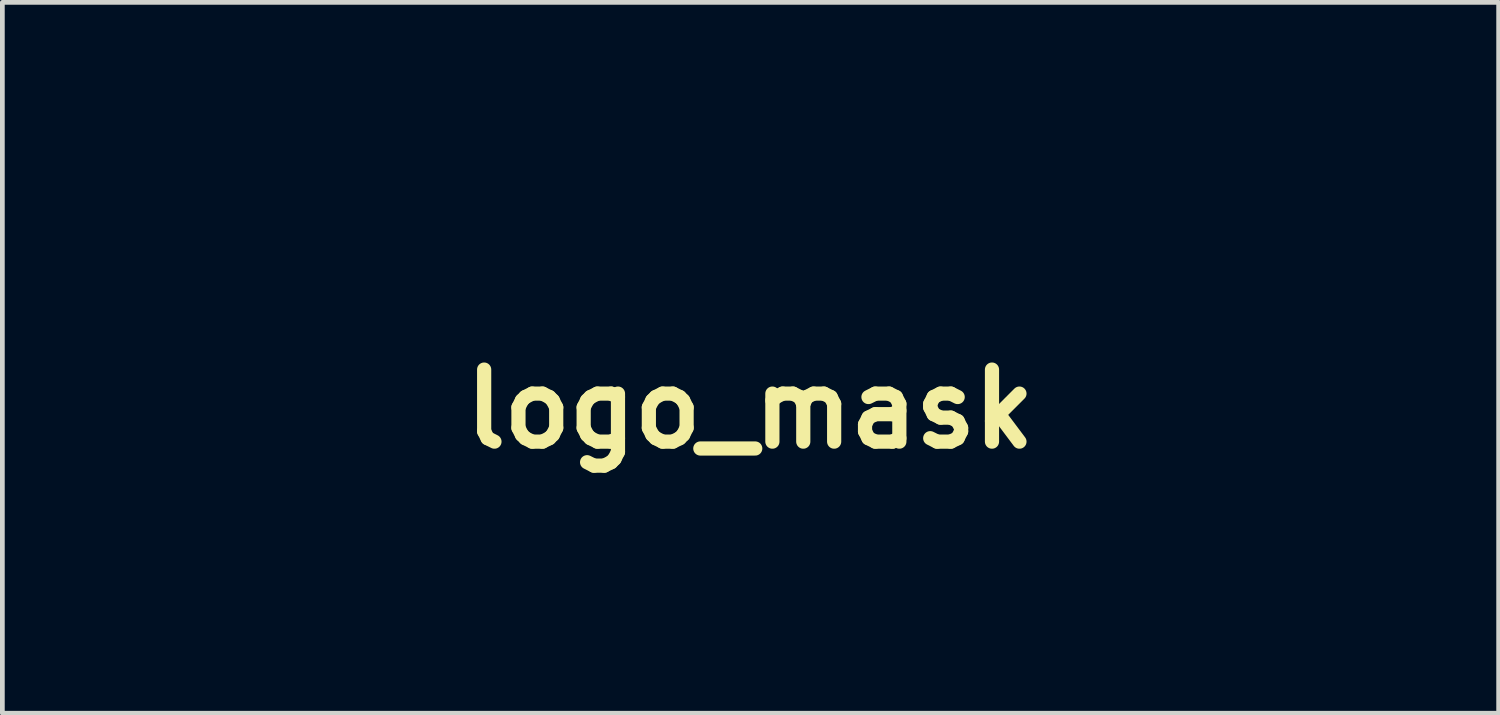
<source format=kicad_pcb>
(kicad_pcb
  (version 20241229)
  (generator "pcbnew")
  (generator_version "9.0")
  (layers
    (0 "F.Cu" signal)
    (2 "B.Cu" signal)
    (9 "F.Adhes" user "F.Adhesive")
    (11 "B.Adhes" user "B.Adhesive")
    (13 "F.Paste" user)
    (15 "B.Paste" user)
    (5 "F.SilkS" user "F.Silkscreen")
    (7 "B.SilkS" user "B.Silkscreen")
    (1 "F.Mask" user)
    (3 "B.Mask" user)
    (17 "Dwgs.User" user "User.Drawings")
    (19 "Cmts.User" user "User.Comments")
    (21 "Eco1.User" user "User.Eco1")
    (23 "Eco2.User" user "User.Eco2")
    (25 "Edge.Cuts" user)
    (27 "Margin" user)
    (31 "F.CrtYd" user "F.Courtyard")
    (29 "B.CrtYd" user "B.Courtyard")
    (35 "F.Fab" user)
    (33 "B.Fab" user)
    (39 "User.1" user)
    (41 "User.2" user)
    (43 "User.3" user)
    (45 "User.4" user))
  (footprint "logo_mask"
    (layer "F.Cu")
    (at 12.814 5.601)
    (property "Reference" "logo_mask" (at 0 0 0) (layer "F.SilkS") (effects (font (size 1.524 1.524) (thickness 0.3))))
    (attr through_hole)
    (fp_poly (pts (xy -12.078 -0.832) (xy -12.084 -0.826) (xy -12.09 -0.832) (xy -12.084 -0.838) (xy -12.078 -0.832)) (stroke (width 0.01) (type solid)) (fill yes) (layer "F.Mask"))
    (fp_poly (pts (xy -12.014 -0.667) (xy -12.021 -0.66) (xy -12.027 -0.667) (xy -12.021 -0.673) (xy -12.014 -0.667)) (stroke (width 0.01) (type solid)) (fill yes) (layer "F.Mask"))
    (fp_poly (pts (xy -11.989 -0.806) (xy -11.995 -0.8) (xy -12.002 -0.806) (xy -11.995 -0.813) (xy -11.989 -0.806)) (stroke (width 0.01) (type solid)) (fill yes) (layer "F.Mask"))
    (fp_poly (pts (xy -10.719 -1.581) (xy -10.725 -1.575) (xy -10.732 -1.581) (xy -10.725 -1.587) (xy -10.719 -1.581)) (stroke (width 0.01) (type solid)) (fill yes) (layer "F.Mask"))
    (fp_poly (pts (xy -7.315 0.019) (xy -7.322 0.025) (xy -7.328 0.019) (xy -7.322 0.013) (xy -7.315 0.019)) (stroke (width 0.01) (type solid)) (fill yes) (layer "F.Mask"))
    (fp_poly (pts (xy -7.01 -1.022) (xy -7.017 -1.016) (xy -7.023 -1.022) (xy -7.017 -1.029) (xy -7.01 -1.022)) (stroke (width 0.01) (type solid)) (fill yes) (layer "F.Mask"))
    (fp_poly (pts (xy -6.21 -0.413) (xy -6.217 -0.406) (xy -6.223 -0.413) (xy -6.217 -0.419) (xy -6.21 -0.413)) (stroke (width 0.01) (type solid)) (fill yes) (layer "F.Mask"))
    (fp_poly (pts (xy -6.185 -0.298) (xy -6.191 -0.292) (xy -6.198 -0.298) (xy -6.191 -0.305) (xy -6.185 -0.298)) (stroke (width 0.01) (type solid)) (fill yes) (layer "F.Mask"))
    (fp_poly (pts (xy -5.296 0.375) (xy -5.302 0.381) (xy -5.309 0.375) (xy -5.302 0.368) (xy -5.296 0.375)) (stroke (width 0.01) (type solid)) (fill yes) (layer "F.Mask"))
    (fp_poly (pts (xy -5.22 -0.705) (xy -5.226 -0.699) (xy -5.232 -0.705) (xy -5.226 -0.711) (xy -5.22 -0.705)) (stroke (width 0.01) (type solid)) (fill yes) (layer "F.Mask"))
    (fp_poly (pts (xy -3.797 -1.327) (xy -3.804 -1.321) (xy -3.81 -1.327) (xy -3.804 -1.333) (xy -3.797 -1.327)) (stroke (width 0.01) (type solid)) (fill yes) (layer "F.Mask"))
    (fp_poly (pts (xy -1.968 -1.264) (xy -1.975 -1.257) (xy -1.981 -1.264) (xy -1.975 -1.27) (xy -1.968 -1.264)) (stroke (width 0.01) (type solid)) (fill yes) (layer "F.Mask"))
    (fp_poly (pts (xy 1.359 -1.162) (xy 1.353 -1.156) (xy 1.346 -1.162) (xy 1.353 -1.168) (xy 1.359 -1.162)) (stroke (width 0.01) (type solid)) (fill yes) (layer "F.Mask"))
    (fp_poly (pts (xy 6.82 -0.603) (xy 6.814 -0.597) (xy 6.807 -0.603) (xy 6.814 -0.61) (xy 6.82 -0.603)) (stroke (width 0.01) (type solid)) (fill yes) (layer "F.Mask"))
    (fp_poly (pts (xy 6.833 -0.476) (xy 6.826 -0.47) (xy 6.82 -0.476) (xy 6.826 -0.483) (xy 6.833 -0.476)) (stroke (width 0.01) (type solid)) (fill yes) (layer "F.Mask"))
    (fp_poly (pts (xy 7.696 -1.975) (xy 7.69 -1.968) (xy 7.684 -1.975) (xy 7.69 -1.981) (xy 7.696 -1.975)) (stroke (width 0.01) (type solid)) (fill yes) (layer "F.Mask"))
    (fp_poly (pts (xy 9.385 -0.629) (xy 9.379 -0.622) (xy 9.373 -0.629) (xy 9.379 -0.635) (xy 9.385 -0.629)) (stroke (width 0.01) (type solid)) (fill yes) (layer "F.Mask"))
    (fp_poly (pts (xy -7.726 -1.228) (xy -7.728 -1.22) (xy -7.734 -1.219) (xy -7.745 -1.224) (xy -7.743 -1.228) (xy -7.728 -1.229) (xy -7.726 -1.228)) (stroke (width 0.01) (type solid)) (fill yes) (layer "F.Mask"))
    (fp_poly (pts (xy -5.872 -0.11) (xy -5.87 -0.095) (xy -5.872 -0.093) (xy -5.879 -0.095) (xy -5.88 -0.102) (xy -5.875 -0.112) (xy -5.872 -0.11)) (stroke (width 0.01) (type solid)) (fill yes) (layer "F.Mask"))
    (fp_poly (pts (xy -4.703 -0.872) (xy -4.702 -0.857) (xy -4.703 -0.855) (xy -4.711 -0.857) (xy -4.712 -0.864) (xy -4.707 -0.874) (xy -4.703 -0.872)) (stroke (width 0.01) (type solid)) (fill yes) (layer "F.Mask"))
    (fp_poly (pts (xy -2.011 -1.063) (xy -2.009 -1.047) (xy -2.011 -1.046) (xy -2.018 -1.047) (xy -2.019 -1.054) (xy -2.015 -1.065) (xy -2.011 -1.063)) (stroke (width 0.01) (type solid)) (fill yes) (layer "F.Mask"))
    (fp_poly (pts (xy -0.652 -0.694) (xy -0.65 -0.679) (xy -0.652 -0.677) (xy -0.659 -0.679) (xy -0.66 -0.686) (xy -0.656 -0.696) (xy -0.652 -0.694)) (stroke (width 0.01) (type solid)) (fill yes) (layer "F.Mask"))
    (fp_poly (pts (xy 0.593 -2.206) (xy 0.594 -2.19) (xy 0.593 -2.189) (xy 0.585 -2.19) (xy 0.584 -2.197) (xy 0.589 -2.208) (xy 0.593 -2.206)) (stroke (width 0.01) (type solid)) (fill yes) (layer "F.Mask"))
    (fp_poly (pts (xy 1.139 -0.783) (xy 1.14 -0.768) (xy 1.139 -0.766) (xy 1.131 -0.768) (xy 1.13 -0.775) (xy 1.135 -0.785) (xy 1.139 -0.783)) (stroke (width 0.01) (type solid)) (fill yes) (layer "F.Mask"))
    (fp_poly (pts (xy 8.822 -0.72) (xy 8.824 -0.705) (xy 8.822 -0.703) (xy 8.815 -0.704) (xy 8.814 -0.711) (xy 8.818 -0.722) (xy 8.822 -0.72)) (stroke (width 0.01) (type solid)) (fill yes) (layer "F.Mask"))
    (fp_poly (pts (xy -7.292 -1.303) (xy -7.278 -1.29) (xy -7.281 -1.283) (xy -7.283 -1.283) (xy -7.293 -1.292) (xy -7.297 -1.297) (xy -7.299 -1.306) (xy -7.292 -1.303)) (stroke (width 0.01) (type solid)) (fill yes) (layer "F.Mask"))
    (fp_poly (pts (xy -7.265 -1.261) (xy -7.26 -1.251) (xy -7.257 -1.234) (xy -7.265 -1.237) (xy -7.271 -1.245) (xy -7.275 -1.262) (xy -7.274 -1.265) (xy -7.265 -1.261)) (stroke (width 0.01) (type solid)) (fill yes) (layer "F.Mask"))
    (fp_poly (pts (xy 4.915 2.469) (xy 4.914 2.546) (xy 4.912 2.601) (xy 4.905 2.634) (xy 4.894 2.65) (xy 4.876 2.651) (xy 4.849 2.638) (xy 4.825 2.623) (xy 4.774 2.583) (xy 4.736 2.539) (xy 4.715 2.496) (xy 4.712 2.477) (xy 4.724 2.43) (xy 4.757 2.388) (xy 4.807 2.354) (xy 4.87 2.333) (xy 4.874 2.333) (xy 4.915 2.325) (xy 4.915 2.469)) (stroke (width 0.01) (type solid)) (fill yes) (layer "F.Mask"))
    (fp_poly (pts (xy 4.543 3.041) (xy 4.571 3.054) (xy 4.576 3.056) (xy 4.66 3.106) (xy 4.721 3.157) (xy 4.76 3.21) (xy 4.775 3.261) (xy 4.767 3.311) (xy 4.734 3.359) (xy 4.733 3.359) (xy 4.695 3.389) (xy 4.652 3.411) (xy 4.641 3.415) (xy 4.6 3.426) (xy 4.574 3.428) (xy 4.558 3.418) (xy 4.549 3.393) (xy 4.544 3.348) (xy 4.542 3.312) (xy 4.538 3.247) (xy 4.532 3.181) (xy 4.527 3.126) (xy 4.526 3.115) (xy 4.523 3.074) (xy 4.524 3.045) (xy 4.527 3.035) (xy 4.543 3.041)) (stroke (width 0.01) (type solid)) (fill yes) (layer "F.Mask"))
    (fp_poly (pts (xy 6.281 -5.587) (xy 6.307 -5.555) (xy 6.333 -5.506) (xy 6.355 -5.448) (xy 6.37 -5.39) (xy 6.375 -5.344) (xy 6.38 -5.293) (xy 6.393 -5.226) (xy 6.412 -5.149) (xy 6.435 -5.072) (xy 6.438 -5.062) (xy 6.452 -5.016) (xy 6.462 -4.975) (xy 6.464 -4.953) (xy 6.466 -4.924) (xy 6.472 -4.879) (xy 6.48 -4.826) (xy 6.483 -4.81) (xy 6.49 -4.759) (xy 6.496 -4.689) (xy 6.501 -4.602) (xy 6.506 -4.506) (xy 6.509 -4.411) (xy 6.511 -4.319) (xy 6.513 -4.226) (xy 6.516 -4.139) (xy 6.518 -4.064) (xy 6.521 -4.006) (xy 6.521 -3.994) (xy 6.524 -3.941) (xy 6.527 -3.871) (xy 6.53 -3.784) (xy 6.533 -3.678) (xy 6.537 -3.552) (xy 6.541 -3.405) (xy 6.545 -3.236) (xy 6.55 -3.043) (xy 6.554 -2.883) (xy 6.56 -2.696) (xy 6.566 -2.534) (xy 6.574 -2.393) (xy 6.583 -2.274) (xy 6.593 -2.174) (xy 6.604 -2.095) (xy 6.612 -2.04) (xy 6.621 -1.973) (xy 6.629 -1.911) (xy 6.637 -1.844) (xy 6.647 -1.769) (xy 6.655 -1.708) (xy 6.662 -1.648) (xy 6.67 -1.575) (xy 6.678 -1.502) (xy 6.68 -1.477) (xy 6.685 -1.421) (xy 6.69 -1.376) (xy 6.695 -1.345) (xy 6.698 -1.336) (xy 6.701 -1.32) (xy 6.705 -1.283) (xy 6.709 -1.23) (xy 6.714 -1.164) (xy 6.718 -1.1) (xy 6.724 -1.019) (xy 6.731 -0.941) (xy 6.738 -0.871) (xy 6.746 -0.816) (xy 6.751 -0.79) (xy 6.783 -0.633) (xy 6.807 -0.488) (xy 6.824 -0.356) (xy 6.831 -0.299) (xy 6.839 -0.252) (xy 6.846 -0.222) (xy 6.852 -0.212) (xy 6.859 -0.225) (xy 6.868 -0.257) (xy 6.877 -0.303) (xy 6.88 -0.327) (xy 6.894 -0.418) (xy 6.905 -0.488) (xy 6.914 -0.54) (xy 6.922 -0.578) (xy 6.93 -0.604) (xy 6.939 -0.624) (xy 6.949 -0.64) (xy 6.962 -0.655) (xy 7.006 -0.689) (xy 7.052 -0.7) (xy 7.098 -0.689) (xy 7.137 -0.658) (xy 7.166 -0.607) (xy 7.167 -0.603) (xy 7.184 -0.567) (xy 7.203 -0.553) (xy 7.206 -0.552) (xy 7.214 -0.555) (xy 7.22 -0.565) (xy 7.224 -0.587) (xy 7.228 -0.623) (xy 7.23 -0.678) (xy 7.233 -0.754) (xy 7.233 -0.756) (xy 7.237 -0.836) (xy 7.242 -0.919) (xy 7.249 -0.995) (xy 7.256 -1.057) (xy 7.259 -1.073) (xy 7.282 -1.243) (xy 7.303 -1.431) (xy 7.319 -1.633) (xy 7.329 -1.803) (xy 7.339 -1.969) (xy 7.351 -2.112) (xy 7.366 -2.23) (xy 7.383 -2.325) (xy 7.402 -2.394) (xy 7.423 -2.439) (xy 7.464 -2.481) (xy 7.509 -2.498) (xy 7.559 -2.49) (xy 7.584 -2.474) (xy 7.605 -2.44) (xy 7.62 -2.404) (xy 7.63 -2.375) (xy 7.638 -2.342) (xy 7.646 -2.301) (xy 7.653 -2.25) (xy 7.659 -2.187) (xy 7.665 -2.109) (xy 7.67 -2.013) (xy 7.676 -1.897) (xy 7.683 -1.759) (xy 7.683 -1.754) (xy 7.688 -1.661) (xy 7.693 -1.568) (xy 7.698 -1.479) (xy 7.703 -1.403) (xy 7.707 -1.344) (xy 7.708 -1.335) (xy 7.714 -1.267) (xy 7.719 -1.184) (xy 7.724 -1.098) (xy 7.728 -1.029) (xy 7.735 -0.888) (xy 7.743 -0.763) (xy 7.753 -0.654) (xy 7.763 -0.565) (xy 7.774 -0.495) (xy 7.785 -0.447) (xy 7.797 -0.422) (xy 7.803 -0.419) (xy 7.812 -0.431) (xy 7.821 -0.464) (xy 7.83 -0.512) (xy 7.838 -0.572) (xy 7.844 -0.638) (xy 7.848 -0.706) (xy 7.849 -0.755) (xy 7.852 -0.827) (xy 7.86 -0.913) (xy 7.872 -1.004) (xy 7.886 -1.09) (xy 7.902 -1.162) (xy 7.906 -1.175) (xy 7.916 -1.22) (xy 7.924 -1.278) (xy 7.93 -1.337) (xy 7.931 -1.34) (xy 7.934 -1.392) (xy 7.939 -1.461) (xy 7.944 -1.538) (xy 7.949 -1.615) (xy 7.95 -1.623) (xy 7.959 -1.728) (xy 7.97 -1.824) (xy 7.984 -1.906) (xy 7.999 -1.972) (xy 8.014 -2.017) (xy 8.02 -2.028) (xy 8.034 -2.063) (xy 8.047 -2.122) (xy 8.057 -2.201) (xy 8.065 -2.3) (xy 8.071 -2.415) (xy 8.072 -2.457) (xy 8.077 -2.599) (xy 8.084 -2.735) (xy 8.093 -2.864) (xy 8.104 -2.982) (xy 8.117 -3.086) (xy 8.13 -3.173) (xy 8.145 -3.24) (xy 8.154 -3.27) (xy 8.182 -3.329) (xy 8.214 -3.365) (xy 8.252 -3.381) (xy 8.268 -3.382) (xy 8.303 -3.38) (xy 8.33 -3.372) (xy 8.351 -3.355) (xy 8.368 -3.326) (xy 8.382 -3.281) (xy 8.396 -3.218) (xy 8.411 -3.133) (xy 8.414 -3.118) (xy 8.424 -3.059) (xy 8.434 -3.006) (xy 8.443 -2.966) (xy 8.446 -2.952) (xy 8.452 -2.924) (xy 8.459 -2.877) (xy 8.466 -2.819) (xy 8.471 -2.768) (xy 8.477 -2.697) (xy 8.484 -2.624) (xy 8.491 -2.56) (xy 8.495 -2.527) (xy 8.497 -2.496) (xy 8.5 -2.442) (xy 8.504 -2.369) (xy 8.507 -2.278) (xy 8.51 -2.174) (xy 8.514 -2.058) (xy 8.517 -1.933) (xy 8.52 -1.802) (xy 8.521 -1.759) (xy 8.526 -1.563) (xy 8.531 -1.377) (xy 8.537 -1.201) (xy 8.544 -1.039) (xy 8.551 -0.891) (xy 8.558 -0.76) (xy 8.565 -0.648) (xy 8.573 -0.556) (xy 8.581 -0.487) (xy 8.586 -0.452) (xy 8.594 -0.401) (xy 8.598 -0.348) (xy 8.598 -0.334) (xy 8.6 -0.299) (xy 8.606 -0.284) (xy 8.62 -0.282) (xy 8.636 -0.295) (xy 8.657 -0.323) (xy 8.679 -0.36) (xy 8.698 -0.399) (xy 8.71 -0.431) (xy 8.712 -0.443) (xy 8.719 -0.464) (xy 8.736 -0.493) (xy 8.738 -0.495) (xy 8.767 -0.544) (xy 8.798 -0.609) (xy 8.827 -0.681) (xy 8.85 -0.751) (xy 8.86 -0.787) (xy 8.869 -0.835) (xy 8.878 -0.899) (xy 8.886 -0.969) (xy 8.89 -1.016) (xy 8.899 -1.119) (xy 8.909 -1.202) (xy 8.921 -1.27) (xy 8.936 -1.33) (xy 8.956 -1.385) (xy 8.983 -1.442) (xy 9.018 -1.505) (xy 9.028 -1.524) (xy 9.039 -1.547) (xy 9.053 -1.583) (xy 9.061 -1.607) (xy 9.078 -1.653) (xy 9.093 -1.696) (xy 9.099 -1.712) (xy 9.119 -1.75) (xy 9.15 -1.789) (xy 9.184 -1.82) (xy 9.215 -1.839) (xy 9.227 -1.841) (xy 9.253 -1.833) (xy 9.282 -1.811) (xy 9.287 -1.807) (xy 9.302 -1.787) (xy 9.315 -1.761) (xy 9.326 -1.725) (xy 9.337 -1.672) (xy 9.347 -1.62) (xy 9.357 -1.561) (xy 9.367 -1.512) (xy 9.375 -1.477) (xy 9.38 -1.462) (xy 9.38 -1.462) (xy 9.394 -1.462) (xy 9.411 -1.471) (xy 9.441 -1.483) (xy 9.458 -1.486) (xy 9.491 -1.475) (xy 9.526 -1.447) (xy 9.557 -1.408) (xy 9.571 -1.377) (xy 9.581 -1.346) (xy 9.593 -1.293) (xy 9.608 -1.226) (xy 9.623 -1.148) (xy 9.639 -1.063) (xy 9.655 -0.978) (xy 9.665 -0.914) (xy 9.674 -0.864) (xy 9.684 -0.814) (xy 9.688 -0.794) (xy 9.699 -0.749) (xy 9.708 -0.706) (xy 9.709 -0.702) (xy 9.724 -0.669) (xy 9.743 -0.653) (xy 9.771 -0.656) (xy 9.804 -0.673) (xy 9.834 -0.699) (xy 9.853 -0.727) (xy 9.855 -0.74) (xy 9.865 -0.766) (xy 9.891 -0.799) (xy 9.926 -0.832) (xy 9.963 -0.859) (xy 9.997 -0.875) (xy 10.008 -0.876) (xy 10.047 -0.865) (xy 10.085 -0.834) (xy 10.118 -0.788) (xy 10.142 -0.735) (xy 10.15 -0.699) (xy 10.16 -0.673) (xy 10.178 -0.663) (xy 10.195 -0.671) (xy 10.201 -0.683) (xy 10.217 -0.705) (xy 10.248 -0.728) (xy 10.285 -0.744) (xy 10.314 -0.749) (xy 10.337 -0.755) (xy 10.343 -0.76) (xy 10.346 -0.776) (xy 10.35 -0.813) (xy 10.354 -0.867) (xy 10.359 -0.933) (xy 10.363 -1.004) (xy 10.375 -1.177) (xy 10.391 -1.325) (xy 10.409 -1.45) (xy 10.432 -1.551) (xy 10.458 -1.63) (xy 10.488 -1.688) (xy 10.522 -1.724) (xy 10.561 -1.739) (xy 10.573 -1.74) (xy 10.613 -1.728) (xy 10.651 -1.698) (xy 10.682 -1.654) (xy 10.702 -1.604) (xy 10.706 -1.568) (xy 10.712 -1.544) (xy 10.723 -1.537) (xy 10.744 -1.527) (xy 10.77 -1.504) (xy 10.794 -1.476) (xy 10.807 -1.452) (xy 10.808 -1.446) (xy 10.816 -1.421) (xy 10.822 -1.413) (xy 10.83 -1.393) (xy 10.836 -1.357) (xy 10.838 -1.328) (xy 10.84 -1.286) (xy 10.846 -1.265) (xy 10.858 -1.257) (xy 10.861 -1.257) (xy 10.881 -1.264) (xy 10.886 -1.271) (xy 10.902 -1.284) (xy 10.935 -1.291) (xy 10.975 -1.293) (xy 11.013 -1.288) (xy 11.042 -1.278) (xy 11.079 -1.24) (xy 11.109 -1.184) (xy 11.13 -1.115) (xy 11.137 -1.067) (xy 11.143 -1.019) (xy 11.151 -0.993) (xy 11.162 -0.984) (xy 11.163 -0.984) (xy 11.178 -0.995) (xy 11.188 -1.029) (xy 11.19 -1.041) (xy 11.207 -1.118) (xy 11.236 -1.178) (xy 11.274 -1.219) (xy 11.32 -1.24) (xy 11.371 -1.239) (xy 11.403 -1.227) (xy 11.417 -1.217) (xy 11.431 -1.2) (xy 11.445 -1.174) (xy 11.461 -1.133) (xy 11.482 -1.075) (xy 11.499 -1.023) (xy 11.521 -0.958) (xy 11.541 -0.903) (xy 11.558 -0.86) (xy 11.57 -0.835) (xy 11.573 -0.83) (xy 11.588 -0.833) (xy 11.612 -0.852) (xy 11.623 -0.862) (xy 11.654 -0.889) (xy 11.687 -0.907) (xy 11.694 -0.909) (xy 11.726 -0.916) (xy 11.745 -0.922) (xy 11.756 -0.92) (xy 11.754 -0.915) (xy 11.76 -0.903) (xy 11.782 -0.887) (xy 11.791 -0.882) (xy 11.826 -0.86) (xy 11.853 -0.833) (xy 11.855 -0.831) (xy 11.885 -0.805) (xy 11.912 -0.8) (xy 11.927 -0.801) (xy 11.939 -0.807) (xy 11.949 -0.821) (xy 11.958 -0.848) (xy 11.97 -0.893) (xy 11.981 -0.94) (xy 11.997 -1.002) (xy 12.015 -1.059) (xy 12.031 -1.105) (xy 12.041 -1.127) (xy 12.085 -1.206) (xy 12.122 -1.264) (xy 12.153 -1.304) (xy 12.182 -1.329) (xy 12.212 -1.342) (xy 12.244 -1.346) (xy 12.244 -1.346) (xy 12.278 -1.343) (xy 12.306 -1.331) (xy 12.336 -1.304) (xy 12.345 -1.295) (xy 12.374 -1.262) (xy 12.395 -1.232) (xy 12.402 -1.219) (xy 12.415 -1.194) (xy 12.438 -1.162) (xy 12.444 -1.156) (xy 12.508 -1.082) (xy 12.555 -1.02) (xy 12.578 -0.981) (xy 12.612 -0.922) (xy 12.651 -0.867) (xy 12.681 -0.831) (xy 12.741 -0.766) (xy 12.784 -0.713) (xy 12.81 -0.673) (xy 12.811 -0.669) (xy 12.826 -0.613) (xy 12.827 -0.549) (xy 12.815 -0.485) (xy 12.793 -0.427) (xy 12.761 -0.382) (xy 12.734 -0.362) (xy 12.675 -0.344) (xy 12.617 -0.352) (xy 12.58 -0.371) (xy 12.552 -0.395) (xy 12.52 -0.431) (xy 12.491 -0.47) (xy 12.469 -0.506) (xy 12.459 -0.532) (xy 12.459 -0.534) (xy 12.452 -0.558) (xy 12.435 -0.595) (xy 12.413 -0.638) (xy 12.388 -0.678) (xy 12.366 -0.709) (xy 12.363 -0.712) (xy 12.342 -0.737) (xy 12.332 -0.756) (xy 12.332 -0.757) (xy 12.323 -0.774) (xy 12.303 -0.798) (xy 12.301 -0.799) (xy 12.268 -0.821) (xy 12.241 -0.819) (xy 12.221 -0.794) (xy 12.209 -0.746) (xy 12.205 -0.68) (xy 12.202 -0.644) (xy 12.195 -0.591) (xy 12.184 -0.532) (xy 12.179 -0.507) (xy 12.152 -0.387) (xy 12.125 -0.29) (xy 12.098 -0.216) (xy 12.07 -0.162) (xy 12.04 -0.127) (xy 12.007 -0.109) (xy 11.97 -0.107) (xy 11.96 -0.109) (xy 11.906 -0.13) (xy 11.865 -0.164) (xy 11.844 -0.207) (xy 11.844 -0.209) (xy 11.831 -0.244) (xy 11.811 -0.276) (xy 11.787 -0.297) (xy 11.769 -0.301) (xy 11.755 -0.286) (xy 11.75 -0.269) (xy 11.734 -0.235) (xy 11.702 -0.213) (xy 11.66 -0.205) (xy 11.615 -0.211) (xy 11.572 -0.23) (xy 11.539 -0.26) (xy 11.514 -0.296) (xy 11.494 -0.33) (xy 11.492 -0.335) (xy 11.475 -0.359) (xy 11.458 -0.368) (xy 11.436 -0.375) (xy 11.407 -0.392) (xy 11.403 -0.395) (xy 11.379 -0.41) (xy 11.368 -0.411) (xy 11.367 -0.401) (xy 11.362 -0.371) (xy 11.349 -0.328) (xy 11.332 -0.28) (xy 11.314 -0.236) (xy 11.297 -0.205) (xy 11.292 -0.199) (xy 11.265 -0.176) (xy 11.231 -0.154) (xy 11.2 -0.141) (xy 11.19 -0.14) (xy 11.176 -0.148) (xy 11.149 -0.171) (xy 11.112 -0.206) (xy 11.075 -0.242) (xy 11.031 -0.288) (xy 10.998 -0.326) (xy 10.976 -0.361) (xy 10.96 -0.401) (xy 10.949 -0.45) (xy 10.94 -0.514) (xy 10.933 -0.575) (xy 10.926 -0.63) (xy 10.918 -0.675) (xy 10.911 -0.703) (xy 10.906 -0.711) (xy 10.89 -0.702) (xy 10.87 -0.68) (xy 10.869 -0.679) (xy 10.834 -0.653) (xy 10.808 -0.648) (xy 10.762 -0.653) (xy 10.726 -0.671) (xy 10.695 -0.705) (xy 10.67 -0.748) (xy 10.647 -0.787) (xy 10.628 -0.814) (xy 10.617 -0.825) (xy 10.616 -0.826) (xy 10.61 -0.814) (xy 10.606 -0.784) (xy 10.604 -0.752) (xy 10.596 -0.674) (xy 10.579 -0.629) (xy 10.563 -0.591) (xy 10.554 -0.556) (xy 10.554 -0.549) (xy 10.549 -0.52) (xy 10.537 -0.48) (xy 10.527 -0.453) (xy 10.51 -0.411) (xy 10.496 -0.376) (xy 10.49 -0.361) (xy 10.475 -0.337) (xy 10.447 -0.308) (xy 10.434 -0.298) (xy 10.399 -0.269) (xy 10.355 -0.232) (xy 10.325 -0.206) (xy 10.286 -0.176) (xy 10.256 -0.16) (xy 10.225 -0.153) (xy 10.201 -0.152) (xy 10.15 -0.159) (xy 10.103 -0.176) (xy 10.066 -0.201) (xy 10.05 -0.222) (xy 10.042 -0.231) (xy 10.026 -0.226) (xy 9.997 -0.206) (xy 9.945 -0.17) (xy 9.908 -0.15) (xy 9.884 -0.145) (xy 9.878 -0.146) (xy 9.862 -0.141) (xy 9.834 -0.12) (xy 9.801 -0.089) (xy 9.794 -0.083) (xy 9.759 -0.049) (xy 9.727 -0.024) (xy 9.706 -0.013) (xy 9.704 -0.013) (xy 9.679 -0.02) (xy 9.646 -0.036) (xy 9.638 -0.042) (xy 9.619 -0.056) (xy 9.604 -0.072) (xy 9.592 -0.094) (xy 9.579 -0.127) (xy 9.566 -0.174) (xy 9.55 -0.24) (xy 9.54 -0.282) (xy 9.526 -0.337) (xy 9.511 -0.388) (xy 9.499 -0.426) (xy 9.495 -0.434) (xy 9.482 -0.465) (xy 9.469 -0.501) (xy 9.454 -0.55) (xy 9.439 -0.603) (xy 9.423 -0.633) (xy 9.403 -0.645) (xy 9.378 -0.658) (xy 9.352 -0.681) (xy 9.326 -0.705) (xy 9.302 -0.716) (xy 9.282 -0.724) (xy 9.28 -0.73) (xy 9.284 -0.73) (xy 9.29 -0.724) (xy 9.296 -0.73) (xy 9.29 -0.737) (xy 9.284 -0.73) (xy 9.28 -0.73) (xy 9.279 -0.731) (xy 9.275 -0.749) (xy 9.262 -0.779) (xy 9.255 -0.794) (xy 9.238 -0.839) (xy 9.225 -0.9) (xy 9.22 -0.943) (xy 9.214 -1) (xy 9.207 -1.035) (xy 9.198 -1.051) (xy 9.185 -1.053) (xy 9.172 -1.046) (xy 9.16 -1.031) (xy 9.154 -1.004) (xy 9.153 -0.958) (xy 9.152 -0.897) (xy 9.146 -0.825) (xy 9.137 -0.747) (xy 9.124 -0.67) (xy 9.11 -0.599) (xy 9.095 -0.54) (xy 9.081 -0.499) (xy 9.075 -0.489) (xy 9.064 -0.465) (xy 9.049 -0.424) (xy 9.033 -0.376) (xy 9.032 -0.372) (xy 9.017 -0.327) (xy 9.003 -0.292) (xy 8.992 -0.274) (xy 8.991 -0.273) (xy 8.981 -0.255) (xy 8.979 -0.243) (xy 8.972 -0.222) (xy 8.955 -0.187) (xy 8.93 -0.144) (xy 8.919 -0.126) (xy 8.858 -0.032) (xy 8.85 0.184) (xy 8.846 0.277) (xy 8.841 0.382) (xy 8.835 0.488) (xy 8.829 0.582) (xy 8.828 0.603) (xy 8.823 0.688) (xy 8.817 0.789) (xy 8.813 0.895) (xy 8.81 0.996) (xy 8.808 1.045) (xy 8.806 1.141) (xy 8.802 1.217) (xy 8.797 1.281) (xy 8.789 1.338) (xy 8.778 1.394) (xy 8.763 1.456) (xy 8.762 1.462) (xy 8.738 1.521) (xy 8.703 1.559) (xy 8.662 1.575) (xy 8.619 1.571) (xy 8.576 1.545) (xy 8.538 1.498) (xy 8.523 1.468) (xy 8.514 1.433) (xy 8.505 1.374) (xy 8.495 1.29) (xy 8.486 1.181) (xy 8.477 1.046) (xy 8.472 0.965) (xy 8.463 0.855) (xy 8.451 0.764) (xy 8.435 0.687) (xy 8.412 0.617) (xy 8.407 0.603) (xy 8.395 0.56) (xy 8.384 0.495) (xy 8.373 0.411) (xy 8.364 0.312) (xy 8.357 0.201) (xy 8.352 0.081) (xy 8.35 0.025) (xy 8.342 -0.208) (xy 8.327 -0.43) (xy 8.307 -0.655) (xy 8.303 -0.686) (xy 8.29 -0.822) (xy 8.279 -0.954) (xy 8.271 -1.088) (xy 8.264 -1.232) (xy 8.26 -1.387) (xy 8.257 -1.488) (xy 8.253 -1.564) (xy 8.25 -1.619) (xy 8.246 -1.655) (xy 8.241 -1.673) (xy 8.237 -1.676) (xy 8.231 -1.667) (xy 8.225 -1.639) (xy 8.219 -1.591) (xy 8.213 -1.52) (xy 8.207 -1.432) (xy 8.201 -1.333) (xy 8.194 -1.255) (xy 8.186 -1.195) (xy 8.177 -1.148) (xy 8.167 -1.113) (xy 8.156 -1.072) (xy 8.144 -1.016) (xy 8.132 -0.95) (xy 8.121 -0.877) (xy 8.111 -0.805) (xy 8.104 -0.737) (xy 8.099 -0.68) (xy 8.098 -0.638) (xy 8.101 -0.619) (xy 8.103 -0.595) (xy 8.104 -0.551) (xy 8.102 -0.491) (xy 8.099 -0.419) (xy 8.094 -0.342) (xy 8.088 -0.262) (xy 8.081 -0.185) (xy 8.074 -0.116) (xy 8.066 -0.059) (xy 8.06 -0.022) (xy 8.045 0.03) (xy 8.024 0.093) (xy 7.999 0.157) (xy 7.991 0.175) (xy 7.967 0.232) (xy 7.948 0.288) (xy 7.935 0.335) (xy 7.932 0.349) (xy 7.913 0.417) (xy 7.88 0.474) (xy 7.836 0.515) (xy 7.821 0.524) (xy 7.783 0.537) (xy 7.75 0.538) (xy 7.721 0.525) (xy 7.695 0.497) (xy 7.672 0.452) (xy 7.652 0.389) (xy 7.633 0.306) (xy 7.615 0.202) (xy 7.598 0.075) (xy 7.583 -0.057) (xy 7.575 -0.117) (xy 7.563 -0.182) (xy 7.55 -0.247) (xy 7.536 -0.306) (xy 7.522 -0.356) (xy 7.509 -0.391) (xy 7.499 -0.406) (xy 7.498 -0.406) (xy 7.491 -0.399) (xy 7.487 -0.376) (xy 7.484 -0.335) (xy 7.482 -0.272) (xy 7.481 -0.213) (xy 7.48 -0.107) (xy 7.476 -0.000447) (xy 7.471 0.101) (xy 7.464 0.194) (xy 7.456 0.273) (xy 7.448 0.333) (xy 7.443 0.356) (xy 7.433 0.403) (xy 7.425 0.449) (xy 7.423 0.459) (xy 7.407 0.503) (xy 7.377 0.55) (xy 7.337 0.592) (xy 7.296 0.621) (xy 7.271 0.629) (xy 7.221 0.627) (xy 7.179 0.602) (xy 7.146 0.555) (xy 7.141 0.543) (xy 7.127 0.514) (xy 7.113 0.499) (xy 7.11 0.498) (xy 7.105 0.512) (xy 7.1 0.546) (xy 7.095 0.595) (xy 7.092 0.656) (xy 7.092 0.666) (xy 7.088 0.729) (xy 7.084 0.785) (xy 7.079 0.828) (xy 7.074 0.851) (xy 7.073 0.852) (xy 7.066 0.878) (xy 7.062 0.917) (xy 7.061 0.932) (xy 7.059 0.968) (xy 7.052 0.992) (xy 7.048 0.997) (xy 7.038 1.015) (xy 7.036 1.03) (xy 7.027 1.058) (xy 7.001 1.102) (xy 6.96 1.157) (xy 6.934 1.189) (xy 6.88 1.24) (xy 6.827 1.266) (xy 6.777 1.268) (xy 6.732 1.246) (xy 6.695 1.202) (xy 6.667 1.135) (xy 6.662 1.115) (xy 6.652 1.06) (xy 6.642 0.98) (xy 6.632 0.877) (xy 6.622 0.749) (xy 6.611 0.597) (xy 6.6 0.42) (xy 6.588 0.219) (xy 6.577 -0.008) (xy 6.568 -0.184) (xy 6.563 -0.282) (xy 6.558 -0.36) (xy 6.551 -0.424) (xy 6.543 -0.48) (xy 6.532 -0.532) (xy 6.522 -0.57) (xy 6.509 -0.626) (xy 6.499 -0.673) (xy 6.494 -0.705) (xy 6.494 -0.717) (xy 6.495 -0.738) (xy 6.491 -0.773) (xy 6.488 -0.788) (xy 6.483 -0.82) (xy 6.476 -0.872) (xy 6.467 -0.941) (xy 6.457 -1.022) (xy 6.447 -1.111) (xy 6.437 -1.203) (xy 6.427 -1.293) (xy 6.419 -1.378) (xy 6.414 -1.429) (xy 6.407 -1.494) (xy 6.399 -1.564) (xy 6.39 -1.623) (xy 6.389 -1.632) (xy 6.383 -1.677) (xy 6.376 -1.74) (xy 6.369 -1.814) (xy 6.363 -1.892) (xy 6.361 -1.918) (xy 6.351 -2.064) (xy 6.342 -2.187) (xy 6.334 -2.289) (xy 6.327 -2.37) (xy 6.321 -2.433) (xy 6.315 -2.48) (xy 6.309 -2.512) (xy 6.303 -2.531) (xy 6.297 -2.54) (xy 6.29 -2.539) (xy 6.282 -2.53) (xy 6.278 -2.524) (xy 6.276 -2.509) (xy 6.274 -2.47) (xy 6.272 -2.411) (xy 6.271 -2.335) (xy 6.269 -2.244) (xy 6.268 -2.14) (xy 6.267 -2.026) (xy 6.267 -1.911) (xy 6.266 -1.754) (xy 6.265 -1.589) (xy 6.264 -1.418) (xy 6.262 -1.242) (xy 6.26 -1.064) (xy 6.258 -0.885) (xy 6.255 -0.708) (xy 6.253 -0.534) (xy 6.25 -0.365) (xy 6.247 -0.204) (xy 6.244 -0.052) (xy 6.241 0.088) (xy 6.238 0.216) (xy 6.235 0.328) (xy 6.232 0.424) (xy 6.23 0.5) (xy 6.227 0.556) (xy 6.224 0.588) (xy 6.224 0.593) (xy 6.218 0.635) (xy 6.214 0.694) (xy 6.211 0.762) (xy 6.21 0.822) (xy 6.209 0.91) (xy 6.204 0.994) (xy 6.196 1.069) (xy 6.186 1.131) (xy 6.175 1.174) (xy 6.171 1.184) (xy 6.153 1.209) (xy 6.129 1.235) (xy 6.12 1.245) (xy 6.113 1.257) (xy 6.108 1.273) (xy 6.104 1.297) (xy 6.1 1.332) (xy 6.098 1.382) (xy 6.095 1.449) (xy 6.093 1.537) (xy 6.092 1.582) (xy 6.089 1.671) (xy 6.086 1.753) (xy 6.083 1.825) (xy 6.08 1.881) (xy 6.077 1.92) (xy 6.075 1.934) (xy 6.069 1.953) (xy 6.058 1.964) (xy 6.034 1.968) (xy 5.993 1.968) (xy 5.951 1.969) (xy 5.928 1.974) (xy 5.917 1.984) (xy 5.913 1.997) (xy 5.909 2.017) (xy 5.902 2.059) (xy 5.892 2.117) (xy 5.879 2.19) (xy 5.865 2.272) (xy 5.855 2.337) (xy 5.838 2.432) (xy 5.821 2.529) (xy 5.805 2.62) (xy 5.789 2.7) (xy 5.777 2.764) (xy 5.772 2.788) (xy 5.741 2.927) (xy 5.748 2.832) (xy 5.751 2.764) (xy 5.754 2.687) (xy 5.754 2.606) (xy 5.754 2.525) (xy 5.752 2.45) (xy 5.749 2.386) (xy 5.745 2.338) (xy 5.741 2.311) (xy 5.733 2.279) (xy 5.725 2.229) (xy 5.718 2.172) (xy 5.715 2.146) (xy 5.709 2.088) (xy 5.7 2.009) (xy 5.688 1.915) (xy 5.675 1.809) (xy 5.66 1.698) (xy 5.644 1.585) (xy 5.629 1.476) (xy 5.62 1.416) (xy 5.612 1.356) (xy 5.604 1.279) (xy 5.596 1.194) (xy 5.59 1.111) (xy 5.588 1.09) (xy 5.582 1.013) (xy 5.575 0.938) (xy 5.567 0.871) (xy 5.559 0.82) (xy 5.556 0.806) (xy 5.546 0.749) (xy 5.539 0.668) (xy 5.534 0.563) (xy 5.532 0.459) (xy 5.529 0.374) (xy 5.526 0.292) (xy 5.522 0.218) (xy 5.518 0.158) (xy 5.514 0.117) (xy 5.513 0.114) (xy 5.509 0.08) (xy 5.505 0.025) (xy 5.5 -0.048) (xy 5.496 -0.133) (xy 5.491 -0.228) (xy 5.487 -0.328) (xy 5.486 -0.348) (xy 5.483 -0.444) (xy 5.479 -0.531) (xy 5.476 -0.608) (xy 5.472 -0.669) (xy 5.469 -0.713) (xy 5.467 -0.736) (xy 5.467 -0.738) (xy 5.463 -0.754) (xy 5.459 -0.79) (xy 5.454 -0.842) (xy 5.448 -0.904) (xy 5.447 -0.923) (xy 5.439 -1.032) (xy 5.432 -1.118) (xy 5.427 -1.184) (xy 5.422 -1.234) (xy 5.417 -1.27) (xy 5.412 -1.294) (xy 5.406 -1.311) (xy 5.398 -1.322) (xy 5.388 -1.331) (xy 5.376 -1.341) (xy 5.371 -1.345) (xy 5.336 -1.383) (xy 5.309 -1.428) (xy 5.305 -1.438) (xy 5.289 -1.493) (xy 5.276 -1.568) (xy 5.266 -1.655) (xy 5.259 -1.748) (xy 5.258 -1.824) (xy 5.257 -1.881) (xy 5.254 -1.918) (xy 5.248 -1.938) (xy 5.239 -1.948) (xy 5.238 -1.948) (xy 5.21 -1.955) (xy 5.184 -1.949) (xy 5.154 -1.928) (xy 5.13 -1.907) (xy 5.093 -1.867) (xy 5.073 -1.826) (xy 5.067 -1.802) (xy 5.065 -1.777) (xy 5.061 -1.73) (xy 5.058 -1.663) (xy 5.054 -1.581) (xy 5.05 -1.486) (xy 5.046 -1.382) (xy 5.043 -1.271) (xy 5.042 -1.257) (xy 5.038 -1.122) (xy 5.034 -0.973) (xy 5.029 -0.816) (xy 5.025 -0.66) (xy 5.02 -0.511) (xy 5.016 -0.376) (xy 5.015 -0.324) (xy 5.011 -0.2) (xy 5.007 -0.067) (xy 5.003 0.068) (xy 4.999 0.2) (xy 4.995 0.321) (xy 4.992 0.425) (xy 4.992 0.451) (xy 4.988 0.556) (xy 4.984 0.668) (xy 4.98 0.779) (xy 4.975 0.882) (xy 4.97 0.97) (xy 4.968 1.003) (xy 4.962 1.096) (xy 4.957 1.182) (xy 4.953 1.268) (xy 4.948 1.358) (xy 4.944 1.458) (xy 4.939 1.573) (xy 4.933 1.707) (xy 4.933 1.724) (xy 4.924 1.93) (xy 4.866 1.931) (xy 4.762 1.941) (xy 4.642 1.971) (xy 4.507 2.02) (xy 4.462 2.04) (xy 4.453 2.036) (xy 4.444 2.014) (xy 4.437 1.974) (xy 4.43 1.914) (xy 4.423 1.833) (xy 4.417 1.73) (xy 4.412 1.603) (xy 4.408 1.492) (xy 4.404 1.384) (xy 4.4 1.276) (xy 4.396 1.171) (xy 4.392 1.076) (xy 4.389 0.995) (xy 4.386 0.934) (xy 4.386 0.927) (xy 4.384 0.893) (xy 4.382 0.862) (xy 4.381 0.832) (xy 4.38 0.803) (xy 4.379 0.771) (xy 4.378 0.736) (xy 4.377 0.694) (xy 4.376 0.645) (xy 4.375 0.586) (xy 4.374 0.515) (xy 4.372 0.431) (xy 4.371 0.331) (xy 4.369 0.213) (xy 4.368 0.076) (xy 4.366 -0.082) (xy 4.363 -0.263) (xy 4.363 -0.292) (xy 4.361 -0.475) (xy 4.358 -0.633) (xy 4.356 -0.767) (xy 4.353 -0.878) (xy 4.35 -0.968) (xy 4.347 -1.036) (xy 4.345 -1.083) (xy 4.341 -1.111) (xy 4.339 -1.121) (xy 4.318 -1.129) (xy 4.302 -1.122) (xy 4.289 -1.098) (xy 4.28 -1.056) (xy 4.273 -0.994) (xy 4.27 -0.91) (xy 4.268 -0.813) (xy 4.267 -0.715) (xy 4.263 -0.604) (xy 4.257 -0.491) (xy 4.25 -0.388) (xy 4.247 -0.349) (xy 4.24 -0.263) (xy 4.232 -0.175) (xy 4.225 -0.091) (xy 4.219 -0.021) (xy 4.216 0.013) (xy 4.206 0.137) (xy 4.197 0.238) (xy 4.19 0.319) (xy 4.184 0.384) (xy 4.178 0.434) (xy 4.173 0.472) (xy 4.168 0.501) (xy 4.162 0.524) (xy 4.156 0.543) (xy 4.149 0.562) (xy 4.143 0.576) (xy 4.11 0.624) (xy 4.075 0.649) (xy 4.028 0.668) (xy 3.991 0.67) (xy 3.957 0.652) (xy 3.933 0.63) (xy 3.913 0.609) (xy 3.9 0.589) (xy 3.892 0.565) (xy 3.887 0.529) (xy 3.882 0.475) (xy 3.881 0.462) (xy 3.877 0.399) (xy 3.872 0.338) (xy 3.867 0.289) (xy 3.866 0.273) (xy 3.861 0.221) (xy 3.856 0.147) (xy 3.85 0.057) (xy 3.843 -0.046) (xy 3.836 -0.158) (xy 3.83 -0.274) (xy 3.824 -0.39) (xy 3.818 -0.503) (xy 3.813 -0.607) (xy 3.81 -0.699) (xy 3.81 -0.705) (xy 3.806 -0.795) (xy 3.803 -0.904) (xy 3.798 -1.026) (xy 3.794 -1.153) (xy 3.79 -1.28) (xy 3.786 -1.4) (xy 3.785 -1.416) (xy 3.781 -1.537) (xy 3.777 -1.635) (xy 3.774 -1.713) (xy 3.771 -1.771) (xy 3.767 -1.814) (xy 3.764 -1.842) (xy 3.76 -1.858) (xy 3.756 -1.864) (xy 3.751 -1.863) (xy 3.749 -1.861) (xy 3.746 -1.853) (xy 3.743 -1.834) (xy 3.74 -1.801) (xy 3.736 -1.754) (xy 3.732 -1.691) (xy 3.728 -1.609) (xy 3.723 -1.508) (xy 3.717 -1.385) (xy 3.71 -1.239) (xy 3.708 -1.2) (xy 3.704 -1.111) (xy 3.7 -1.026) (xy 3.696 -0.951) (xy 3.693 -0.889) (xy 3.69 -0.846) (xy 3.689 -0.832) (xy 3.687 -0.802) (xy 3.684 -0.751) (xy 3.681 -0.681) (xy 3.677 -0.598) (xy 3.673 -0.505) (xy 3.669 -0.405) (xy 3.665 -0.303) (xy 3.662 -0.202) (xy 3.659 -0.107) (xy 3.656 -0.02) (xy 3.654 0.054) (xy 3.653 0.089) (xy 3.65 0.215) (xy 3.646 0.341) (xy 3.641 0.462) (xy 3.636 0.575) (xy 3.63 0.676) (xy 3.623 0.762) (xy 3.617 0.829) (xy 3.612 0.864) (xy 3.603 0.932) (xy 3.597 1.01) (xy 3.594 1.08) (xy 3.594 1.082) (xy 3.594 1.193) (xy 3.553 1.214) (xy 3.48 1.264) (xy 3.426 1.331) (xy 3.392 1.412) (xy 3.382 1.468) (xy 3.386 1.543) (xy 3.411 1.614) (xy 3.454 1.674) (xy 3.5 1.709) (xy 3.556 1.742) (xy 3.556 1.968) (xy 3.43 1.968) (xy 3.371 1.969) (xy 3.333 1.971) (xy 3.311 1.976) (xy 3.301 1.984) (xy 3.297 1.991) (xy 3.292 2.013) (xy 3.284 2.053) (xy 3.273 2.103) (xy 3.269 2.125) (xy 3.247 2.238) (xy 3.226 2.183) (xy 3.214 2.138) (xy 3.2 2.072) (xy 3.187 1.989) (xy 3.174 1.893) (xy 3.163 1.788) (xy 3.153 1.679) (xy 3.145 1.569) (xy 3.143 1.53) (xy 3.13 1.267) (xy 3.117 1.022) (xy 3.107 0.798) (xy 3.098 0.595) (xy 3.09 0.414) (xy 3.084 0.257) (xy 3.079 0.124) (xy 3.079 0.117) (xy 3.076 0.041) (xy 3.072 -0.02) (xy 3.067 -0.064) (xy 3.062 -0.086) (xy 3.06 -0.089) (xy 3.052 -0.087) (xy 3.046 -0.08) (xy 3.041 -0.063) (xy 3.037 -0.035) (xy 3.033 0.008) (xy 3.029 0.07) (xy 3.024 0.153) (xy 3.023 0.178) (xy 3.015 0.298) (xy 3.005 0.395) (xy 2.992 0.474) (xy 2.976 0.538) (xy 2.955 0.59) (xy 2.929 0.634) (xy 2.915 0.652) (xy 2.887 0.685) (xy 2.862 0.708) (xy 2.85 0.716) (xy 2.817 0.716) (xy 2.78 0.698) (xy 2.746 0.665) (xy 2.745 0.663) (xy 2.729 0.637) (xy 2.717 0.605) (xy 2.706 0.564) (xy 2.698 0.511) (xy 2.691 0.442) (xy 2.685 0.355) (xy 2.68 0.247) (xy 2.679 0.216) (xy 2.675 0.125) (xy 2.67 0.034) (xy 2.665 -0.049) (xy 2.66 -0.121) (xy 2.655 -0.174) (xy 2.654 -0.184) (xy 2.641 -0.298) (xy 2.628 -0.435) (xy 2.613 -0.592) (xy 2.598 -0.765) (xy 2.582 -0.953) (xy 2.577 -1.016) (xy 2.572 -1.082) (xy 2.567 -1.141) (xy 2.563 -1.188) (xy 2.56 -1.216) (xy 2.56 -1.219) (xy 2.558 -1.246) (xy 2.557 -1.29) (xy 2.555 -1.344) (xy 2.555 -1.368) (xy 2.553 -1.42) (xy 2.549 -1.459) (xy 2.544 -1.482) (xy 2.541 -1.486) (xy 2.535 -1.478) (xy 2.529 -1.452) (xy 2.523 -1.407) (xy 2.517 -1.342) (xy 2.51 -1.255) (xy 2.504 -1.145) (xy 2.502 -1.118) (xy 2.49 -0.973) (xy 2.472 -0.835) (xy 2.458 -0.762) (xy 2.444 -0.683) (xy 2.43 -0.591) (xy 2.419 -0.497) (xy 2.413 -0.419) (xy 2.407 -0.337) (xy 2.401 -0.247) (xy 2.394 -0.161) (xy 2.388 -0.09) (xy 2.388 -0.089) (xy 2.383 -0.026) (xy 2.378 0.054) (xy 2.372 0.144) (xy 2.367 0.236) (xy 2.363 0.298) (xy 2.351 0.499) (xy 2.339 0.677) (xy 2.325 0.836) (xy 2.31 0.978) (xy 2.293 1.107) (xy 2.273 1.225) (xy 2.257 1.311) (xy 2.244 1.373) (xy 2.232 1.417) (xy 2.22 1.447) (xy 2.204 1.472) (xy 2.182 1.496) (xy 2.18 1.499) (xy 2.138 1.535) (xy 2.101 1.548) (xy 2.067 1.538) (xy 2.04 1.518) (xy 2.008 1.479) (xy 1.977 1.423) (xy 1.95 1.361) (xy 1.931 1.299) (xy 1.924 1.263) (xy 1.919 1.22) (xy 1.91 1.163) (xy 1.9 1.103) (xy 1.898 1.092) (xy 1.89 1.037) (xy 1.881 0.965) (xy 1.873 0.887) (xy 1.867 0.81) (xy 1.866 0.806) (xy 1.86 0.72) (xy 1.854 0.621) (xy 1.847 0.523) (xy 1.841 0.451) (xy 1.837 0.387) (xy 1.833 0.304) (xy 1.828 0.208) (xy 1.823 0.104) (xy 1.819 -0.001) (xy 1.817 -0.066) (xy 1.813 -0.159) (xy 1.809 -0.246) (xy 1.804 -0.323) (xy 1.8 -0.386) (xy 1.795 -0.431) (xy 1.792 -0.453) (xy 1.787 -0.481) (xy 1.784 -0.53) (xy 1.781 -0.593) (xy 1.779 -0.668) (xy 1.778 -0.745) (xy 1.777 -0.826) (xy 1.776 -0.895) (xy 1.773 -0.949) (xy 1.77 -0.984) (xy 1.766 -0.997) (xy 1.75 -0.994) (xy 1.736 -0.968) (xy 1.724 -0.92) (xy 1.715 -0.851) (xy 1.712 -0.819) (xy 1.704 -0.72) (xy 1.695 -0.637) (xy 1.685 -0.571) (xy 1.676 -0.526) (xy 1.669 -0.507) (xy 1.666 -0.49) (xy 1.663 -0.451) (xy 1.66 -0.393) (xy 1.656 -0.319) (xy 1.653 -0.232) (xy 1.65 -0.136) (xy 1.649 -0.07) (xy 1.645 0.112) (xy 1.64 0.27) (xy 1.636 0.404) (xy 1.631 0.515) (xy 1.626 0.604) (xy 1.621 0.672) (xy 1.616 0.719) (xy 1.614 0.732) (xy 1.61 0.77) (xy 1.608 0.823) (xy 1.61 0.88) (xy 1.61 0.884) (xy 1.61 0.96) (xy 1.602 1.042) (xy 1.588 1.116) (xy 1.571 1.192) (xy 1.555 1.249) (xy 1.538 1.289) (xy 1.517 1.319) (xy 1.491 1.342) (xy 1.485 1.347) (xy 1.459 1.364) (xy 1.44 1.368) (xy 1.417 1.36) (xy 1.399 1.35) (xy 1.377 1.337) (xy 1.358 1.32) (xy 1.342 1.298) (xy 1.328 1.269) (xy 1.316 1.231) (xy 1.306 1.181) (xy 1.297 1.118) (xy 1.289 1.04) (xy 1.281 0.945) (xy 1.274 0.83) (xy 1.267 0.695) (xy 1.26 0.537) (xy 1.258 0.495) (xy 1.254 0.404) (xy 1.249 0.317) (xy 1.244 0.238) (xy 1.239 0.173) (xy 1.234 0.126) (xy 1.232 0.108) (xy 1.226 0.062) (xy 1.22 0.000374) (xy 1.215 -0.067) (xy 1.214 -0.108) (xy 1.209 -0.209) (xy 1.202 -0.315) (xy 1.193 -0.423) (xy 1.183 -0.529) (xy 1.171 -0.63) (xy 1.159 -0.722) (xy 1.147 -0.802) (xy 1.135 -0.867) (xy 1.124 -0.913) (xy 1.114 -0.937) (xy 1.091 -0.952) (xy 1.066 -0.946) (xy 1.042 -0.921) (xy 1.021 -0.881) (xy 1.006 -0.827) (xy 1.002 -0.8) (xy 0.984 -0.658) (xy 0.968 -0.537) (xy 0.953 -0.435) (xy 0.938 -0.346) (xy 0.923 -0.268) (xy 0.906 -0.196) (xy 0.888 -0.128) (xy 0.877 -0.089) (xy 0.862 -0.031) (xy 0.848 0.035) (xy 0.838 0.089) (xy 0.829 0.146) (xy 0.819 0.203) (xy 0.812 0.245) (xy 0.806 0.286) (xy 0.802 0.343) (xy 0.8 0.404) (xy 0.799 0.423) (xy 0.793 0.54) (xy 0.777 0.634) (xy 0.75 0.707) (xy 0.714 0.756) (xy 0.667 0.783) (xy 0.632 0.787) (xy 0.605 0.78) (xy 0.572 0.761) (xy 0.542 0.737) (xy 0.523 0.713) (xy 0.521 0.704) (xy 0.514 0.688) (xy 0.509 0.686) (xy 0.498 0.673) (xy 0.489 0.637) (xy 0.482 0.578) (xy 0.477 0.497) (xy 0.476 0.457) (xy 0.472 0.323) (xy 0.468 0.192) (xy 0.463 0.068) (xy 0.459 -0.048) (xy 0.455 -0.153) (xy 0.451 -0.244) (xy 0.447 -0.319) (xy 0.443 -0.376) (xy 0.44 -0.411) (xy 0.438 -0.422) (xy 0.422 -0.442) (xy 0.404 -0.441) (xy 0.394 -0.42) (xy 0.394 -0.413) (xy 0.389 -0.387) (xy 0.381 -0.375) (xy 0.376 -0.358) (xy 0.382 -0.341) (xy 0.39 -0.308) (xy 0.388 -0.281) (xy 0.381 -0.242) (xy 0.374 -0.18) (xy 0.366 -0.1) (xy 0.358 -0.006) (xy 0.35 0.1) (xy 0.344 0.21) (xy 0.338 0.291) (xy 0.331 0.373) (xy 0.323 0.449) (xy 0.316 0.51) (xy 0.312 0.533) (xy 0.303 0.583) (xy 0.296 0.623) (xy 0.292 0.646) (xy 0.292 0.649) (xy 0.283 0.666) (xy 0.26 0.692) (xy 0.229 0.72) (xy 0.199 0.745) (xy 0.174 0.76) (xy 0.167 0.762) (xy 0.139 0.753) (xy 0.103 0.73) (xy 0.065 0.7) (xy 0.034 0.667) (xy 0.016 0.639) (xy 0.003 0.593) (xy -0.008 0.53) (xy -0.017 0.455) (xy -0.023 0.378) (xy -0.025 0.325) (xy -0.027 0.276) (xy -0.029 0.237) (xy -0.033 0.215) (xy -0.034 0.213) (xy -0.036 0.197) (xy -0.04 0.161) (xy -0.044 0.109) (xy -0.049 0.046) (xy -0.053 -0.024) (xy -0.057 -0.096) (xy -0.061 -0.165) (xy -0.064 -0.227) (xy -0.065 -0.276) (xy -0.065 -0.308) (xy -0.065 -0.311) (xy -0.068 -0.352) (xy -0.079 -0.395) (xy -0.094 -0.434) (xy -0.111 -0.461) (xy -0.125 -0.47) (xy -0.152 -0.462) (xy -0.176 -0.44) (xy -0.198 -0.398) (xy -0.219 -0.337) (xy -0.235 -0.273) (xy -0.256 -0.196) (xy -0.276 -0.139) (xy -0.299 -0.096) (xy -0.326 -0.063) (xy -0.34 -0.05) (xy -0.371 -0.025) (xy -0.397 -0.016) (xy -0.428 -0.019) (xy -0.43 -0.019) (xy -0.473 -0.034) (xy -0.509 -0.059) (xy -0.53 -0.088) (xy -0.533 -0.102) (xy -0.541 -0.127) (xy -0.559 -0.156) (xy -0.56 -0.157) (xy -0.58 -0.194) (xy -0.591 -0.232) (xy -0.595 -0.268) (xy -0.603 -0.316) (xy -0.609 -0.343) (xy -0.615 -0.386) (xy -0.62 -0.445) (xy -0.625 -0.511) (xy -0.626 -0.553) (xy -0.631 -0.64) (xy -0.641 -0.704) (xy -0.656 -0.746) (xy -0.678 -0.768) (xy -0.689 -0.772) (xy -0.7 -0.772) (xy -0.706 -0.762) (xy -0.71 -0.739) (xy -0.711 -0.697) (xy -0.711 -0.665) (xy -0.714 -0.598) (xy -0.721 -0.534) (xy -0.731 -0.484) (xy -0.732 -0.483) (xy -0.745 -0.433) (xy -0.759 -0.372) (xy -0.771 -0.318) (xy -0.791 -0.242) (xy -0.817 -0.187) (xy -0.852 -0.149) (xy -0.876 -0.133) (xy -0.897 -0.124) (xy -0.914 -0.124) (xy -0.935 -0.135) (xy -0.967 -0.16) (xy -0.973 -0.165) (xy -1.011 -0.202) (xy -1.041 -0.245) (xy -1.064 -0.298) (xy -1.082 -0.365) (xy -1.095 -0.451) (xy -1.101 -0.498) (xy -1.109 -0.54) (xy -1.122 -0.557) (xy -1.138 -0.55) (xy -1.156 -0.518) (xy -1.156 -0.518) (xy -1.176 -0.483) (xy -1.206 -0.446) (xy -1.217 -0.435) (xy -1.251 -0.407) (xy -1.285 -0.396) (xy -1.316 -0.394) (xy -1.351 -0.392) (xy -1.367 -0.385) (xy -1.371 -0.369) (xy -1.372 -0.362) (xy -1.376 -0.324) (xy -1.388 -0.271) (xy -1.406 -0.21) (xy -1.426 -0.151) (xy -1.447 -0.101) (xy -1.45 -0.094) (xy -1.489 -0.038) (xy -1.525 -0.01) (xy -1.557 0.004) (xy -1.58 0.005) (xy -1.607 -0.005) (xy -1.608 -0.006) (xy -1.655 -0.037) (xy -1.688 -0.079) (xy -1.713 -0.139) (xy -1.72 -0.165) (xy -1.734 -0.217) (xy -1.746 -0.266) (xy -1.754 -0.296) (xy -1.76 -0.33) (xy -1.76 -0.353) (xy -1.758 -0.356) (xy -1.759 -0.376) (xy -1.766 -0.388) (xy -1.784 -0.4) (xy -1.799 -0.392) (xy -1.809 -0.373) (xy -1.814 -0.334) (xy -1.815 -0.275) (xy -1.817 -0.22) (xy -1.82 -0.17) (xy -1.826 -0.135) (xy -1.827 -0.131) (xy -1.835 -0.097) (xy -1.842 -0.049) (xy -1.848 -0.004) (xy -1.853 0.044) (xy -1.86 0.085) (xy -1.866 0.108) (xy -1.879 0.139) (xy -1.891 0.169) (xy -1.901 0.202) (xy -1.905 0.227) (xy -1.915 0.253) (xy -1.941 0.281) (xy -1.973 0.304) (xy -1.985 0.309) (xy -2.021 0.31) (xy -2.063 0.291) (xy -2.104 0.258) (xy -2.13 0.227) (xy -2.163 0.165) (xy -2.193 0.085) (xy -2.218 -0.008) (xy -2.235 -0.1) (xy -2.243 -0.147) (xy -2.25 -0.185) (xy -2.256 -0.205) (xy -2.256 -0.206) (xy -2.262 -0.228) (xy -2.27 -0.274) (xy -2.279 -0.346) (xy -2.29 -0.443) (xy -2.298 -0.521) (xy -2.31 -0.624) (xy -2.321 -0.711) (xy -2.331 -0.78) (xy -2.34 -0.83) (xy -2.349 -0.858) (xy -2.353 -0.864) (xy -2.368 -0.856) (xy -2.396 -0.836) (xy -2.416 -0.819) (xy -2.461 -0.788) (xy -2.497 -0.776) (xy -2.522 -0.784) (xy -2.531 -0.801) (xy -2.542 -0.823) (xy -2.555 -0.822) (xy -2.568 -0.801) (xy -2.578 -0.763) (xy -2.581 -0.745) (xy -2.598 -0.664) (xy -2.627 -0.595) (xy -2.665 -0.543) (xy -2.689 -0.524) (xy -2.728 -0.502) (xy -2.759 -0.497) (xy -2.79 -0.507) (xy -2.796 -0.511) (xy -2.823 -0.531) (xy -2.851 -0.557) (xy -2.873 -0.583) (xy -2.882 -0.601) (xy -2.889 -0.617) (xy -2.904 -0.642) (xy -2.925 -0.674) (xy -2.939 -0.646) (xy -2.961 -0.623) (xy -2.993 -0.607) (xy -3.015 -0.597) (xy -3.033 -0.577) (xy -3.048 -0.545) (xy -3.059 -0.497) (xy -3.069 -0.431) (xy -3.078 -0.343) (xy -3.081 -0.311) (xy -3.088 -0.256) (xy -3.099 -0.201) (xy -3.109 -0.165) (xy -3.118 -0.126) (xy -3.127 -0.065) (xy -3.134 0.013) (xy -3.139 0.089) (xy -3.145 0.202) (xy -3.15 0.294) (xy -3.155 0.372) (xy -3.16 0.44) (xy -3.165 0.504) (xy -3.171 0.569) (xy -3.179 0.64) (xy -3.188 0.722) (xy -3.2 0.821) (xy -3.201 0.826) (xy -3.213 0.909) (xy -3.23 0.972) (xy -3.252 1.018) (xy -3.283 1.05) (xy -3.324 1.073) (xy -3.326 1.074) (xy -3.35 1.083) (xy -3.37 1.085) (xy -3.39 1.076) (xy -3.415 1.054) (xy -3.451 1.017) (xy -3.463 1.003) (xy -3.494 0.967) (xy -3.511 0.936) (xy -3.52 0.899) (xy -3.523 0.87) (xy -3.527 0.824) (xy -3.533 0.763) (xy -3.54 0.695) (xy -3.544 0.654) (xy -3.556 0.539) (xy -3.566 0.443) (xy -3.573 0.361) (xy -3.579 0.289) (xy -3.584 0.219) (xy -3.589 0.147) (xy -3.594 0.067) (xy -3.594 0.064) (xy -3.601 -0.063) (xy -3.607 -0.166) (xy -3.612 -0.248) (xy -3.616 -0.312) (xy -3.62 -0.36) (xy -3.623 -0.393) (xy -3.625 -0.415) (xy -3.628 -0.427) (xy -3.63 -0.431) (xy -3.631 -0.432) (xy -3.647 -0.425) (xy -3.667 -0.412) (xy -3.687 -0.401) (xy -3.705 -0.402) (xy -3.73 -0.416) (xy -3.741 -0.424) (xy -3.779 -0.454) (xy -3.808 -0.491) (xy -3.835 -0.543) (xy -3.846 -0.565) (xy -3.851 -0.572) (xy -3.864 -0.568) (xy -3.892 -0.561) (xy -3.895 -0.56) (xy -3.922 -0.555) (xy -3.943 -0.562) (xy -3.969 -0.585) (xy -3.972 -0.589) (xy -4.017 -0.65) (xy -4.051 -0.728) (xy -4.072 -0.813) (xy -4.078 -0.879) (xy -4.079 -0.926) (xy -4.081 -0.985) (xy -4.084 -1.046) (xy -4.085 -1.051) (xy -4.09 -1.105) (xy -4.096 -1.141) (xy -4.107 -1.166) (xy -4.123 -1.186) (xy -4.125 -1.187) (xy -4.15 -1.208) (xy -4.169 -1.216) (xy -4.171 -1.215) (xy -4.181 -1.201) (xy -4.19 -1.17) (xy -4.195 -1.148) (xy -4.203 -1.097) (xy -4.213 -1.04) (xy -4.217 -1.015) (xy -4.224 -0.961) (xy -4.228 -0.899) (xy -4.229 -0.863) (xy -4.231 -0.811) (xy -4.235 -0.747) (xy -4.241 -0.68) (xy -4.243 -0.66) (xy -4.248 -0.601) (xy -4.253 -0.525) (xy -4.258 -0.442) (xy -4.261 -0.362) (xy -4.261 -0.356) (xy -4.264 -0.276) (xy -4.268 -0.194) (xy -4.273 -0.117) (xy -4.279 -0.055) (xy -4.28 -0.051) (xy -4.287 0.015) (xy -4.294 0.085) (xy -4.3 0.145) (xy -4.301 0.159) (xy -4.306 0.205) (xy -4.312 0.241) (xy -4.319 0.26) (xy -4.319 0.26) (xy -4.329 0.282) (xy -4.331 0.295) (xy -4.338 0.331) (xy -4.355 0.375) (xy -4.378 0.418) (xy -4.402 0.452) (xy -4.414 0.463) (xy -4.463 0.481) (xy -4.514 0.475) (xy -4.547 0.457) (xy -4.578 0.424) (xy -4.612 0.37) (xy -4.647 0.296) (xy -4.683 0.207) (xy -4.719 0.106) (xy -4.752 -0.006) (xy -4.782 -0.123) (xy -4.783 -0.127) (xy -4.8 -0.197) (xy -4.816 -0.247) (xy -4.831 -0.282) (xy -4.849 -0.307) (xy -4.852 -0.311) (xy -4.88 -0.348) (xy -4.905 -0.393) (xy -4.909 -0.403) (xy -4.922 -0.433) (xy -4.933 -0.452) (xy -4.943 -0.458) (xy -4.953 -0.451) (xy -4.962 -0.428) (xy -4.972 -0.388) (xy -4.983 -0.33) (xy -4.995 -0.251) (xy -5.008 -0.151) (xy -5.024 -0.027) (xy -5.028 0.006) (xy -5.046 0.129) (xy -5.067 0.228) (xy -5.09 0.303) (xy -5.116 0.353) (xy -5.132 0.371) (xy -5.164 0.387) (xy -5.203 0.394) (xy -5.206 0.394) (xy -5.24 0.39) (xy -5.269 0.374) (xy -5.303 0.344) (xy -5.327 0.318) (xy -5.344 0.293) (xy -5.356 0.262) (xy -5.366 0.218) (xy -5.374 0.175) (xy -5.384 0.117) (xy -5.392 0.063) (xy -5.396 0.02) (xy -5.397 0.009) (xy -5.4 -0.022) (xy -5.41 -0.07) (xy -5.423 -0.131) (xy -5.44 -0.197) (xy -5.444 -0.214) (xy -5.462 -0.286) (xy -5.478 -0.357) (xy -5.491 -0.422) (xy -5.499 -0.47) (xy -5.499 -0.475) (xy -5.506 -0.52) (xy -5.518 -0.563) (xy -5.537 -0.612) (xy -5.565 -0.672) (xy -5.578 -0.697) (xy -5.608 -0.756) (xy -5.636 -0.813) (xy -5.657 -0.861) (xy -5.669 -0.889) (xy -5.689 -0.943) (xy -5.713 -1.003) (xy -5.737 -1.059) (xy -5.757 -1.103) (xy -5.764 -1.115) (xy -5.779 -1.135) (xy -5.794 -1.133) (xy -5.798 -1.13) (xy -5.805 -1.117) (xy -5.811 -1.089) (xy -5.815 -1.044) (xy -5.819 -0.979) (xy -5.821 -0.917) (xy -5.824 -0.811) (xy -5.829 -0.702) (xy -5.836 -0.593) (xy -5.843 -0.489) (xy -5.85 -0.394) (xy -5.858 -0.314) (xy -5.865 -0.253) (xy -5.868 -0.235) (xy -5.876 -0.178) (xy -5.884 -0.113) (xy -5.887 -0.076) (xy -5.895 0.025) (xy -5.904 0.118) (xy -5.912 0.202) (xy -5.92 0.27) (xy -5.927 0.32) (xy -5.931 0.343) (xy -5.941 0.384) (xy -5.949 0.421) (xy -5.949 0.421) (xy -5.969 0.469) (xy -6.002 0.507) (xy -6.042 0.53) (xy -6.065 0.533) (xy -6.088 0.531) (xy -6.111 0.521) (xy -6.139 0.5) (xy -6.176 0.465) (xy -6.198 0.443) (xy -6.254 0.383) (xy -6.294 0.331) (xy -6.322 0.28) (xy -6.342 0.222) (xy -6.35 0.191) (xy -6.368 0.114) (xy -6.388 0.039) (xy -6.406 -0.027) (xy -6.422 -0.079) (xy -6.433 -0.108) (xy -6.443 -0.138) (xy -6.455 -0.184) (xy -6.467 -0.239) (xy -6.471 -0.26) (xy -6.483 -0.329) (xy -6.499 -0.408) (xy -6.513 -0.481) (xy -6.516 -0.495) (xy -6.527 -0.552) (xy -6.535 -0.602) (xy -6.54 -0.638) (xy -6.54 -0.649) (xy -6.544 -0.687) (xy -6.552 -0.719) (xy -6.559 -0.747) (xy -6.569 -0.793) (xy -6.58 -0.849) (xy -6.586 -0.886) (xy -6.6 -0.954) (xy -6.613 -0.998) (xy -6.627 -1.017) (xy -6.641 -1.012) (xy -6.655 -0.984) (xy -6.672 -0.95) (xy -6.694 -0.916) (xy -6.717 -0.889) (xy -6.735 -0.876) (xy -6.737 -0.876) (xy -6.748 -0.865) (xy -6.761 -0.838) (xy -6.773 -0.802) (xy -6.781 -0.767) (xy -6.782 -0.751) (xy -6.786 -0.725) (xy -6.796 -0.687) (xy -6.801 -0.672) (xy -6.813 -0.63) (xy -6.825 -0.575) (xy -6.834 -0.521) (xy -6.847 -0.438) (xy -6.865 -0.346) (xy -6.887 -0.251) (xy -6.911 -0.158) (xy -6.936 -0.072) (xy -6.96 0.000151) (xy -6.982 0.054) (xy -6.987 0.063) (xy -7.002 0.097) (xy -7.01 0.125) (xy -7.01 0.129) (xy -7.019 0.151) (xy -7.04 0.18) (xy -7.053 0.196) (xy -7.099 0.232) (xy -7.143 0.242) (xy -7.186 0.228) (xy -7.226 0.19) (xy -7.261 0.128) (xy -7.292 0.047) (xy -7.322 -0.049) (xy -7.347 -0.152) (xy -7.365 -0.251) (xy -7.374 -0.324) (xy -7.379 -0.37) (xy -7.386 -0.408) (xy -7.392 -0.425) (xy -7.401 -0.456) (xy -7.407 -0.494) (xy -7.407 -0.495) (xy -7.416 -0.529) (xy -7.433 -0.545) (xy -7.452 -0.54) (xy -7.467 -0.517) (xy -7.487 -0.49) (xy -7.522 -0.464) (xy -7.559 -0.447) (xy -7.578 -0.445) (xy -7.607 -0.453) (xy -7.644 -0.475) (xy -7.68 -0.505) (xy -7.692 -0.518) (xy -7.718 -0.539) (xy -7.737 -0.537) (xy -7.747 -0.514) (xy -7.747 -0.507) (xy -7.755 -0.485) (xy -7.777 -0.452) (xy -7.799 -0.425) (xy -7.833 -0.392) (xy -7.859 -0.375) (xy -7.887 -0.369) (xy -7.9 -0.368) (xy -7.954 -0.379) (xy -7.995 -0.411) (xy -8.022 -0.464) (xy -8.032 -0.518) (xy -8.038 -0.561) (xy -8.045 -0.585) (xy -8.056 -0.595) (xy -8.071 -0.597) (xy -8.088 -0.595) (xy -8.101 -0.585) (xy -8.11 -0.564) (xy -8.119 -0.526) (xy -8.127 -0.476) (xy -8.142 -0.389) (xy -8.155 -0.324) (xy -8.167 -0.278) (xy -8.176 -0.254) (xy -8.188 -0.221) (xy -8.202 -0.179) (xy -8.205 -0.169) (xy -8.229 -0.121) (xy -8.265 -0.084) (xy -8.309 -0.065) (xy -8.323 -0.064) (xy -8.352 -0.074) (xy -8.385 -0.1) (xy -8.416 -0.136) (xy -8.438 -0.173) (xy -8.446 -0.202) (xy -8.457 -0.252) (xy -8.49 -0.293) (xy -8.533 -0.322) (xy -8.58 -0.356) (xy -8.616 -0.405) (xy -8.62 -0.414) (xy -8.646 -0.463) (xy -8.662 -0.496) (xy -8.67 -0.516) (xy -8.674 -0.53) (xy -8.674 -0.539) (xy -8.682 -0.561) (xy -8.687 -0.565) (xy -8.708 -0.566) (xy -8.726 -0.545) (xy -8.74 -0.505) (xy -8.743 -0.488) (xy -8.752 -0.449) (xy -8.766 -0.397) (xy -8.785 -0.338) (xy -8.794 -0.313) (xy -8.816 -0.255) (xy -8.834 -0.215) (xy -8.853 -0.189) (xy -8.875 -0.17) (xy -8.877 -0.168) (xy -8.926 -0.145) (xy -8.973 -0.142) (xy -9.006 -0.156) (xy -9.054 -0.204) (xy -9.1 -0.271) (xy -9.138 -0.347) (xy -9.166 -0.427) (xy -9.176 -0.47) (xy -9.183 -0.507) (xy -9.191 -0.534) (xy -9.193 -0.54) (xy -9.2 -0.559) (xy -9.208 -0.594) (xy -9.214 -0.622) (xy -9.226 -0.669) (xy -9.24 -0.69) (xy -9.256 -0.687) (xy -9.272 -0.658) (xy -9.281 -0.629) (xy -9.304 -0.549) (xy -9.323 -0.49) (xy -9.341 -0.445) (xy -9.359 -0.41) (xy -9.38 -0.379) (xy -9.388 -0.369) (xy -9.414 -0.335) (xy -9.432 -0.307) (xy -9.436 -0.294) (xy -9.442 -0.273) (xy -9.46 -0.238) (xy -9.484 -0.192) (xy -9.513 -0.143) (xy -9.543 -0.095) (xy -9.546 -0.092) (xy -9.567 -0.054) (xy -9.581 -0.016) (xy -9.582 -0.012) (xy -9.591 0.014) (xy -9.6 0.025) (xy -9.6 0.025) (xy -9.61 0.036) (xy -9.622 0.064) (xy -9.627 0.077) (xy -9.649 0.121) (xy -9.681 0.159) (xy -9.717 0.184) (xy -9.742 0.191) (xy -9.771 0.186) (xy -9.807 0.174) (xy -9.809 0.173) (xy -9.847 0.145) (xy -9.881 0.094) (xy -9.909 0.024) (xy -9.91 0.019) (xy -9.918 -0.012) (xy -9.927 -0.064) (xy -9.937 -0.13) (xy -9.948 -0.206) (xy -9.959 -0.287) (xy -9.969 -0.366) (xy -9.977 -0.44) (xy -9.983 -0.502) (xy -9.998 -0.677) (xy -10.014 -0.838) (xy -10.032 -0.982) (xy -10.05 -1.104) (xy -10.053 -1.121) (xy -10.062 -1.153) (xy -10.072 -1.167) (xy -10.081 -1.161) (xy -10.084 -1.137) (xy -10.086 -1.106) (xy -10.094 -1.056) (xy -10.105 -0.992) (xy -10.119 -0.919) (xy -10.135 -0.843) (xy -10.143 -0.806) (xy -10.154 -0.747) (xy -10.165 -0.677) (xy -10.173 -0.616) (xy -10.18 -0.553) (xy -10.189 -0.487) (xy -10.196 -0.432) (xy -10.202 -0.393) (xy -10.209 -0.334) (xy -10.218 -0.262) (xy -10.227 -0.181) (xy -10.236 -0.097) (xy -10.236 -0.095) (xy -10.248 0.009) (xy -10.258 0.092) (xy -10.268 0.156) (xy -10.279 0.205) (xy -10.29 0.244) (xy -10.304 0.274) (xy -10.322 0.301) (xy -10.342 0.326) (xy -10.374 0.359) (xy -10.401 0.376) (xy -10.43 0.381) (xy -10.434 0.381) (xy -10.481 0.369) (xy -10.525 0.338) (xy -10.561 0.294) (xy -10.58 0.249) (xy -10.593 0.201) (xy -10.609 0.151) (xy -10.612 0.145) (xy -10.627 0.089) (xy -10.643 0.013) (xy -10.657 -0.079) (xy -10.67 -0.182) (xy -10.68 -0.291) (xy -10.688 -0.402) (xy -10.692 -0.509) (xy -10.693 -0.575) (xy -10.694 -0.638) (xy -10.696 -0.679) (xy -10.701 -0.704) (xy -10.708 -0.717) (xy -10.713 -0.72) (xy -10.732 -0.722) (xy -10.747 -0.71) (xy -10.759 -0.681) (xy -10.77 -0.631) (xy -10.774 -0.602) (xy -10.784 -0.55) (xy -10.795 -0.506) (xy -10.804 -0.477) (xy -10.805 -0.474) (xy -10.817 -0.442) (xy -10.82 -0.422) (xy -10.828 -0.388) (xy -10.848 -0.344) (xy -10.874 -0.298) (xy -10.903 -0.26) (xy -10.924 -0.24) (xy -10.976 -0.216) (xy -11.03 -0.216) (xy -11.083 -0.237) (xy -11.132 -0.277) (xy -11.174 -0.336) (xy -11.207 -0.41) (xy -11.207 -0.411) (xy -11.221 -0.427) (xy -11.242 -0.428) (xy -11.258 -0.414) (xy -11.26 -0.406) (xy -11.272 -0.36) (xy -11.301 -0.311) (xy -11.34 -0.268) (xy -11.383 -0.234) (xy -11.426 -0.217) (xy -11.438 -0.216) (xy -11.468 -0.225) (xy -11.504 -0.247) (xy -11.54 -0.276) (xy -11.567 -0.306) (xy -11.573 -0.317) (xy -11.584 -0.351) (xy -11.594 -0.393) (xy -11.596 -0.4) (xy -11.602 -0.432) (xy -11.612 -0.482) (xy -11.624 -0.544) (xy -11.637 -0.61) (xy -11.638 -0.615) (xy -11.651 -0.677) (xy -11.661 -0.728) (xy -11.668 -0.766) (xy -11.671 -0.784) (xy -11.671 -0.785) (xy -11.682 -0.787) (xy -11.693 -0.785) (xy -11.706 -0.777) (xy -11.715 -0.755) (xy -11.724 -0.716) (xy -11.73 -0.679) (xy -11.738 -0.626) (xy -11.75 -0.557) (xy -11.764 -0.481) (xy -11.777 -0.413) (xy -11.792 -0.338) (xy -11.807 -0.258) (xy -11.821 -0.185) (xy -11.83 -0.133) (xy -11.847 -0.041) (xy -11.861 0.031) (xy -11.875 0.087) (xy -11.888 0.13) (xy -11.902 0.166) (xy -11.914 0.191) (xy -11.95 0.247) (xy -11.986 0.282) (xy -12.027 0.3) (xy -12.074 0.305) (xy -12.124 0.296) (xy -12.163 0.268) (xy -12.195 0.218) (xy -12.203 0.202) (xy -12.217 0.16) (xy -12.233 0.095) (xy -12.251 0.012) (xy -12.27 -0.086) (xy -12.289 -0.196) (xy -12.309 -0.314) (xy -12.327 -0.437) (xy -12.344 -0.562) (xy -12.359 -0.685) (xy -12.362 -0.71) (xy -12.369 -0.765) (xy -12.377 -0.81) (xy -12.384 -0.839) (xy -12.389 -0.847) (xy -12.404 -0.84) (xy -12.418 -0.813) (xy -12.431 -0.771) (xy -12.439 -0.72) (xy -12.442 -0.694) (xy -12.446 -0.645) (xy -12.453 -0.6) (xy -12.458 -0.578) (xy -12.466 -0.543) (xy -12.474 -0.496) (xy -12.478 -0.47) (xy -12.485 -0.423) (xy -12.496 -0.363) (xy -12.509 -0.303) (xy -12.511 -0.293) (xy -12.536 -0.198) (xy -12.558 -0.125) (xy -12.581 -0.073) (xy -12.605 -0.039) (xy -12.633 -0.02) (xy -12.665 -0.015) (xy -12.684 -0.017) (xy -12.729 -0.032) (xy -12.761 -0.061) (xy -12.785 -0.11) (xy -12.8 -0.173) (xy -12.807 -0.215) (xy -12.809 -0.248) (xy -12.806 -0.28) (xy -12.796 -0.318) (xy -12.779 -0.372) (xy -12.778 -0.375) (xy -12.756 -0.455) (xy -12.735 -0.555) (xy -12.715 -0.669) (xy -12.699 -0.789) (xy -12.687 -0.91) (xy -12.682 -0.984) (xy -12.677 -1.018) (xy -12.672 -1.041) (xy -12.666 -1.064) (xy -12.66 -1.102) (xy -12.657 -1.13) (xy -12.646 -1.237) (xy -12.633 -1.342) (xy -12.619 -1.441) (xy -12.605 -1.529) (xy -12.591 -1.604) (xy -12.578 -1.661) (xy -12.566 -1.695) (xy -12.555 -1.73) (xy -12.545 -1.777) (xy -12.541 -1.807) (xy -12.533 -1.853) (xy -12.52 -1.884) (xy -12.497 -1.91) (xy -12.489 -1.917) (xy -12.441 -1.952) (xy -12.4 -1.964) (xy -12.358 -1.956) (xy -12.342 -1.947) (xy -12.308 -1.917) (xy -12.275 -1.872) (xy -12.252 -1.822) (xy -12.243 -1.779) (xy -12.239 -1.749) (xy -12.232 -1.733) (xy -12.225 -1.715) (xy -12.216 -1.677) (xy -12.206 -1.623) (xy -12.195 -1.559) (xy -12.185 -1.489) (xy -12.175 -1.418) (xy -12.167 -1.352) (xy -12.162 -1.294) (xy -12.161 -1.283) (xy -12.156 -1.226) (xy -12.15 -1.174) (xy -12.143 -1.136) (xy -12.142 -1.13) (xy -12.135 -1.099) (xy -12.127 -1.05) (xy -12.12 -0.991) (xy -12.116 -0.953) (xy -12.108 -0.885) (xy -12.1 -0.814) (xy -12.092 -0.753) (xy -12.089 -0.73) (xy -12.081 -0.674) (xy -12.073 -0.618) (xy -12.067 -0.581) (xy -12.06 -0.546) (xy -12.051 -0.524) (xy -12.046 -0.52) (xy -12.037 -0.525) (xy -12.028 -0.543) (xy -12.019 -0.575) (xy -12.009 -0.628) (xy -12.001 -0.673) (xy -11.992 -0.727) (xy -11.983 -0.776) (xy -11.975 -0.812) (xy -11.975 -0.813) (xy -11.967 -0.858) (xy -11.963 -0.904) (xy -11.961 -0.94) (xy -11.954 -0.99) (xy -11.944 -1.044) (xy -11.944 -1.044) (xy -11.931 -1.104) (xy -11.918 -1.175) (xy -11.906 -1.241) (xy -11.906 -1.242) (xy -11.897 -1.293) (xy -11.887 -1.334) (xy -11.879 -1.359) (xy -11.876 -1.363) (xy -11.866 -1.385) (xy -11.856 -1.419) (xy -11.855 -1.426) (xy -11.847 -1.458) (xy -11.837 -1.479) (xy -11.835 -1.48) (xy -11.825 -1.498) (xy -11.824 -1.511) (xy -11.813 -1.531) (xy -11.784 -1.552) (xy -11.746 -1.571) (xy -11.706 -1.584) (xy -11.681 -1.587) (xy -11.648 -1.576) (xy -11.613 -1.542) (xy -11.58 -1.489) (xy -11.573 -1.473) (xy -11.551 -1.416) (xy -11.527 -1.341) (xy -11.502 -1.254) (xy -11.48 -1.162) (xy -11.461 -1.07) (xy -11.447 -0.987) (xy -11.447 -0.984) (xy -11.44 -0.949) (xy -11.432 -0.926) (xy -11.43 -0.923) (xy -11.417 -0.926) (xy -11.393 -0.944) (xy -11.362 -0.974) (xy -11.361 -0.975) (xy -11.307 -1.023) (xy -11.255 -1.046) (xy -11.204 -1.045) (xy -11.183 -1.037) (xy -11.161 -1.018) (xy -11.134 -0.984) (xy -11.108 -0.942) (xy -11.086 -0.9) (xy -11.075 -0.867) (xy -11.074 -0.859) (xy -11.065 -0.838) (xy -11.047 -0.82) (xy -11.017 -0.809) (xy -10.996 -0.821) (xy -10.986 -0.854) (xy -10.986 -0.863) (xy -10.982 -0.894) (xy -10.972 -0.937) (xy -10.961 -0.973) (xy -10.909 -1.148) (xy -10.871 -1.302) (xy -10.866 -1.324) (xy -10.852 -1.387) (xy -10.838 -1.432) (xy -10.821 -1.466) (xy -10.796 -1.497) (xy -10.772 -1.52) (xy -10.732 -1.551) (xy -10.697 -1.56) (xy -10.66 -1.547) (xy -10.636 -1.531) (xy -10.603 -1.498) (xy -10.575 -1.454) (xy -10.552 -1.395) (xy -10.532 -1.319) (xy -10.515 -1.225) (xy -10.502 -1.109) (xy -10.49 -0.972) (xy -10.483 -0.878) (xy -10.477 -0.807) (xy -10.472 -0.756) (xy -10.466 -0.721) (xy -10.461 -0.7) (xy -10.454 -0.689) (xy -10.446 -0.686) (xy -10.445 -0.686) (xy -10.428 -0.691) (xy -10.426 -0.695) (xy -10.423 -0.715) (xy -10.421 -0.724) (xy -10.416 -0.755) (xy -10.409 -0.805) (xy -10.401 -0.869) (xy -10.392 -0.939) (xy -10.384 -1.011) (xy -10.377 -1.077) (xy -10.375 -1.088) (xy -10.369 -1.147) (xy -10.361 -1.202) (xy -10.354 -1.244) (xy -10.35 -1.259) (xy -10.341 -1.298) (xy -10.338 -1.333) (xy -10.335 -1.358) (xy -10.324 -1.4) (xy -10.31 -1.454) (xy -10.291 -1.515) (xy -10.291 -1.516) (xy -10.267 -1.587) (xy -10.247 -1.64) (xy -10.226 -1.679) (xy -10.203 -1.712) (xy -10.194 -1.722) (xy -10.139 -1.776) (xy -10.087 -1.806) (xy -10.037 -1.812) (xy -9.987 -1.793) (xy -9.936 -1.749) (xy -9.883 -1.681) (xy -9.883 -1.681) (xy -9.864 -1.648) (xy -9.855 -1.621) (xy -9.855 -1.617) (xy -9.851 -1.594) (xy -9.842 -1.554) (xy -9.829 -1.511) (xy -9.814 -1.455) (xy -9.799 -1.38) (xy -9.785 -1.294) (xy -9.773 -1.203) (xy -9.764 -1.115) (xy -9.761 -1.073) (xy -9.759 -1.033) (xy -9.755 -0.975) (xy -9.751 -0.904) (xy -9.746 -0.828) (xy -9.744 -0.794) (xy -9.739 -0.723) (xy -9.734 -0.66) (xy -9.729 -0.61) (xy -9.724 -0.577) (xy -9.722 -0.568) (xy -9.703 -0.551) (xy -9.683 -0.546) (xy -9.661 -0.552) (xy -9.648 -0.575) (xy -9.645 -0.587) (xy -9.619 -0.66) (xy -9.578 -0.719) (xy -9.567 -0.73) (xy -9.544 -0.76) (xy -9.522 -0.81) (xy -9.502 -0.875) (xy -9.485 -0.948) (xy -9.479 -0.991) (xy -9.469 -1.04) (xy -9.452 -1.102) (xy -9.43 -1.171) (xy -9.406 -1.239) (xy -9.382 -1.3) (xy -9.361 -1.346) (xy -9.351 -1.363) (xy -9.3 -1.424) (xy -9.25 -1.461) (xy -9.201 -1.474) (xy -9.154 -1.463) (xy -9.117 -1.434) (xy -9.094 -1.404) (xy -9.081 -1.377) (xy -9.081 -1.371) (xy -9.075 -1.348) (xy -9.069 -1.341) (xy -9.059 -1.324) (xy -9.051 -1.294) (xy -9.051 -1.292) (xy -9.044 -1.256) (xy -9.035 -1.208) (xy -9.03 -1.181) (xy -9.013 -1.094) (xy -9.002 -1.026) (xy -8.995 -0.972) (xy -8.992 -0.924) (xy -8.992 -0.901) (xy -8.989 -0.848) (xy -8.978 -0.818) (xy -8.974 -0.814) (xy -8.958 -0.806) (xy -8.95 -0.819) (xy -8.948 -0.828) (xy -8.942 -0.853) (xy -8.932 -0.896) (xy -8.921 -0.948) (xy -8.917 -0.965) (xy -8.905 -1.018) (xy -8.894 -1.066) (xy -8.887 -1.099) (xy -8.886 -1.105) (xy -8.877 -1.141) (xy -8.866 -1.175) (xy -8.853 -1.213) (xy -8.841 -1.258) (xy -8.839 -1.265) (xy -8.819 -1.31) (xy -8.784 -1.352) (xy -8.742 -1.387) (xy -8.698 -1.409) (xy -8.672 -1.412) (xy -8.627 -1.399) (xy -8.586 -1.363) (xy -8.549 -1.309) (xy -8.519 -1.238) (xy -8.498 -1.155) (xy -8.491 -1.105) (xy -8.482 -1.036) (xy -8.47 -0.967) (xy -8.457 -0.906) (xy -8.443 -0.857) (xy -8.429 -0.826) (xy -8.425 -0.819) (xy -8.398 -0.806) (xy -8.372 -0.814) (xy -8.352 -0.84) (xy -8.346 -0.865) (xy -8.34 -0.898) (xy -8.331 -0.919) (xy -8.33 -0.92) (xy -8.321 -0.942) (xy -8.319 -0.961) (xy -8.308 -0.994) (xy -8.278 -1.031) (xy -8.236 -1.068) (xy -8.185 -1.1) (xy -8.15 -1.116) (xy -8.082 -1.137) (xy -8.031 -1.143) (xy -7.989 -1.133) (xy -7.952 -1.108) (xy -7.943 -1.098) (xy -7.9 -1.053) (xy -7.882 -1.096) (xy -7.847 -1.149) (xy -7.794 -1.186) (xy -7.74 -1.201) (xy -7.701 -1.204) (xy -7.673 -1.197) (xy -7.645 -1.176) (xy -7.612 -1.151) (xy -7.591 -1.146) (xy -7.575 -1.16) (xy -7.563 -1.186) (xy -7.542 -1.22) (xy -7.509 -1.257) (xy -7.47 -1.292) (xy -7.433 -1.319) (xy -7.402 -1.333) (xy -7.396 -1.333) (xy -7.359 -1.322) (xy -7.321 -1.288) (xy -7.284 -1.237) (xy -7.251 -1.172) (xy -7.224 -1.097) (xy -7.212 -1.048) (xy -7.205 -1.012) (xy -7.197 -0.957) (xy -7.187 -0.888) (xy -7.177 -0.813) (xy -7.167 -0.736) (xy -7.159 -0.663) (xy -7.152 -0.601) (xy -7.152 -0.597) (xy -7.144 -0.544) (xy -7.133 -0.517) (xy -7.121 -0.514) (xy -7.108 -0.537) (xy -7.095 -0.584) (xy -7.091 -0.603) (xy -7.081 -0.658) (xy -7.07 -0.711) (xy -7.062 -0.746) (xy -7.053 -0.787) (xy -7.049 -0.82) (xy -7.048 -0.827) (xy -7.044 -0.856) (xy -7.033 -0.903) (xy -7.017 -0.96) (xy -6.998 -1.021) (xy -6.978 -1.079) (xy -6.959 -1.129) (xy -6.944 -1.164) (xy -6.943 -1.166) (xy -6.917 -1.209) (xy -6.89 -1.252) (xy -6.886 -1.258) (xy -6.863 -1.301) (xy -6.845 -1.348) (xy -6.844 -1.353) (xy -6.812 -1.448) (xy -6.772 -1.522) (xy -6.723 -1.576) (xy -6.692 -1.599) (xy -6.655 -1.618) (xy -6.626 -1.623) (xy -6.595 -1.613) (xy -6.556 -1.586) (xy -6.545 -1.576) (xy -6.512 -1.548) (xy -6.488 -1.518) (xy -6.467 -1.48) (xy -6.444 -1.425) (xy -6.442 -1.421) (xy -6.421 -1.364) (xy -6.402 -1.307) (xy -6.389 -1.26) (xy -6.387 -1.251) (xy -6.378 -1.212) (xy -6.365 -1.157) (xy -6.35 -1.093) (xy -6.337 -1.041) (xy -6.314 -0.94) (xy -6.296 -0.834) (xy -6.28 -0.718) (xy -6.269 -0.603) (xy -6.262 -0.56) (xy -6.252 -0.501) (xy -6.238 -0.434) (xy -6.222 -0.366) (xy -6.207 -0.304) (xy -6.193 -0.255) (xy -6.186 -0.235) (xy -6.17 -0.197) (xy -6.147 -0.225) (xy -6.132 -0.253) (xy -6.12 -0.294) (xy -6.112 -0.337) (xy -6.11 -0.374) (xy -6.115 -0.393) (xy -6.117 -0.411) (xy -6.118 -0.45) (xy -6.117 -0.508) (xy -6.116 -0.581) (xy -6.113 -0.666) (xy -6.109 -0.759) (xy -6.104 -0.856) (xy -6.098 -0.955) (xy -6.092 -1.053) (xy -6.086 -1.144) (xy -6.08 -1.227) (xy -6.074 -1.298) (xy -6.07 -1.334) (xy -6.061 -1.411) (xy -6.054 -1.484) (xy -6.049 -1.548) (xy -6.046 -1.597) (xy -6.045 -1.615) (xy -6.043 -1.662) (xy -6.037 -1.705) (xy -6.033 -1.722) (xy -6.025 -1.756) (xy -6.017 -1.802) (xy -6.014 -1.829) (xy -6.005 -1.905) (xy -5.992 -1.981) (xy -5.978 -2.048) (xy -5.963 -2.102) (xy -5.952 -2.13) (xy -5.926 -2.166) (xy -5.891 -2.2) (xy -5.854 -2.225) (xy -5.822 -2.235) (xy -5.822 -2.235) (xy -5.784 -2.225) (xy -5.744 -2.2) (xy -5.713 -2.166) (xy -5.705 -2.151) (xy -5.69 -2.107) (xy -5.672 -2.044) (xy -5.654 -1.968) (xy -5.636 -1.886) (xy -5.619 -1.804) (xy -5.606 -1.727) (xy -5.596 -1.663) (xy -5.595 -1.651) (xy -5.57 -1.501) (xy -5.527 -1.342) (xy -5.463 -1.171) (xy -5.395 -1.021) (xy -5.355 -0.935) (xy -5.325 -0.862) (xy -5.301 -0.794) (xy -5.282 -0.724) (xy -5.267 -0.657) (xy -5.257 -0.618) (xy -5.246 -0.592) (xy -5.239 -0.584) (xy -5.231 -0.596) (xy -5.219 -0.631) (xy -5.206 -0.685) (xy -5.191 -0.755) (xy -5.175 -0.84) (xy -5.158 -0.935) (xy -5.141 -1.039) (xy -5.125 -1.147) (xy -5.109 -1.259) (xy -5.095 -1.369) (xy -5.091 -1.397) (xy -5.074 -1.503) (xy -5.051 -1.592) (xy -5.022 -1.661) (xy -4.989 -1.71) (xy -4.951 -1.736) (xy -4.928 -1.74) (xy -4.895 -1.729) (xy -4.859 -1.701) (xy -4.829 -1.661) (xy -4.818 -1.64) (xy -4.802 -1.593) (xy -4.786 -1.524) (xy -4.77 -1.441) (xy -4.756 -1.347) (xy -4.744 -1.247) (xy -4.734 -1.148) (xy -4.727 -1.052) (xy -4.724 -0.967) (xy -4.724 -0.959) (xy -4.721 -0.864) (xy -4.709 -0.792) (xy -4.689 -0.74) (xy -4.663 -0.71) (xy -4.623 -0.669) (xy -4.596 -0.617) (xy -4.58 -0.548) (xy -4.576 -0.518) (xy -4.569 -0.467) (xy -4.56 -0.437) (xy -4.55 -0.426) (xy -4.547 -0.425) (xy -4.538 -0.429) (xy -4.53 -0.44) (xy -4.523 -0.462) (xy -4.517 -0.497) (xy -4.511 -0.548) (xy -4.506 -0.617) (xy -4.501 -0.707) (xy -4.496 -0.794) (xy -4.491 -0.885) (xy -4.486 -0.976) (xy -4.48 -1.061) (xy -4.475 -1.135) (xy -4.47 -1.19) (xy -4.47 -1.197) (xy -4.464 -1.264) (xy -4.46 -1.333) (xy -4.458 -1.392) (xy -4.458 -1.409) (xy -4.451 -1.49) (xy -4.43 -1.57) (xy -4.425 -1.582) (xy -4.393 -1.665) (xy -4.365 -1.727) (xy -4.339 -1.773) (xy -4.313 -1.806) (xy -4.285 -1.832) (xy -4.274 -1.84) (xy -4.239 -1.863) (xy -4.212 -1.878) (xy -4.189 -1.884) (xy -4.166 -1.878) (xy -4.138 -1.859) (xy -4.103 -1.827) (xy -4.055 -1.778) (xy -4.026 -1.748) (xy -3.998 -1.721) (xy -3.975 -1.705) (xy -3.967 -1.702) (xy -3.954 -1.691) (xy -3.936 -1.661) (xy -3.918 -1.619) (xy -3.901 -1.571) (xy -3.888 -1.522) (xy -3.887 -1.515) (xy -3.877 -1.47) (xy -3.866 -1.429) (xy -3.862 -1.418) (xy -3.852 -1.381) (xy -3.848 -1.352) (xy -3.842 -1.312) (xy -3.826 -1.279) (xy -3.805 -1.259) (xy -3.796 -1.257) (xy -3.779 -1.26) (xy -3.767 -1.272) (xy -3.758 -1.296) (xy -3.752 -1.338) (xy -3.747 -1.382) (xy -3.733 -1.478) (xy -3.714 -1.561) (xy -3.691 -1.628) (xy -3.665 -1.674) (xy -3.659 -1.681) (xy -3.633 -1.705) (xy -3.605 -1.712) (xy -3.576 -1.71) (xy -3.523 -1.691) (xy -3.478 -1.653) (xy -3.448 -1.602) (xy -3.442 -1.583) (xy -3.437 -1.552) (xy -3.43 -1.503) (xy -3.423 -1.442) (xy -3.417 -1.381) (xy -3.409 -1.302) (xy -3.4 -1.214) (xy -3.39 -1.131) (xy -3.384 -1.086) (xy -3.376 -1.018) (xy -3.37 -0.95) (xy -3.366 -0.891) (xy -3.365 -0.864) (xy -3.364 -0.803) (xy -3.36 -0.736) (xy -3.357 -0.695) (xy -3.352 -0.649) (xy -3.345 -0.62) (xy -3.336 -0.61) (xy -3.326 -0.619) (xy -3.312 -0.648) (xy -3.296 -0.698) (xy -3.277 -0.77) (xy -3.253 -0.866) (xy -3.227 -0.978) (xy -3.206 -1.058) (xy -3.183 -1.123) (xy -3.16 -1.168) (xy -3.146 -1.185) (xy -3.096 -1.219) (xy -3.046 -1.231) (xy -2.999 -1.221) (xy -2.975 -1.204) (xy -2.951 -1.185) (xy -2.932 -1.185) (xy -2.921 -1.191) (xy -2.881 -1.205) (xy -2.845 -1.199) (xy -2.834 -1.191) (xy -2.819 -1.183) (xy -2.802 -1.195) (xy -2.793 -1.205) (xy -2.775 -1.232) (xy -2.769 -1.253) (xy -2.76 -1.289) (xy -2.739 -1.333) (xy -2.71 -1.378) (xy -2.679 -1.416) (xy -2.66 -1.432) (xy -2.618 -1.454) (xy -2.587 -1.457) (xy -2.556 -1.442) (xy -2.531 -1.42) (xy -2.504 -1.395) (xy -2.484 -1.386) (xy -2.461 -1.39) (xy -2.447 -1.394) (xy -2.414 -1.405) (xy -2.389 -1.41) (xy -2.388 -1.41) (xy -2.367 -1.404) (xy -2.335 -1.391) (xy -2.298 -1.374) (xy -2.264 -1.355) (xy -2.241 -1.34) (xy -2.235 -1.334) (xy -2.225 -1.322) (xy -2.2 -1.309) (xy -2.165 -1.288) (xy -2.138 -1.253) (xy -2.116 -1.203) (xy -2.098 -1.133) (xy -2.085 -1.053) (xy -2.075 -0.981) (xy -2.065 -0.933) (xy -2.055 -0.908) (xy -2.048 -0.902) (xy -2.037 -0.906) (xy -2.027 -0.92) (xy -2.017 -0.948) (xy -2.006 -0.993) (xy -1.993 -1.058) (xy -1.988 -1.086) (xy -1.974 -1.156) (xy -1.957 -1.231) (xy -1.94 -1.299) (xy -1.935 -1.318) (xy -1.918 -1.371) (xy -1.904 -1.405) (xy -1.888 -1.429) (xy -1.865 -1.448) (xy -1.854 -1.456) (xy -1.805 -1.488) (xy -1.768 -1.462) (xy -1.738 -1.439) (xy -1.716 -1.417) (xy -1.715 -1.417) (xy -1.698 -1.384) (xy -1.681 -1.331) (xy -1.664 -1.261) (xy -1.65 -1.179) (xy -1.639 -1.088) (xy -1.636 -1.064) (xy -1.629 -0.992) (xy -1.622 -0.942) (xy -1.614 -0.912) (xy -1.605 -0.897) (xy -1.603 -0.896) (xy -1.585 -0.891) (xy -1.582 -0.892) (xy -1.576 -0.904) (xy -1.564 -0.932) (xy -1.559 -0.943) (xy -1.536 -0.979) (xy -1.509 -1.002) (xy -1.505 -1.003) (xy -1.481 -1.017) (xy -1.473 -1.03) (xy -1.462 -1.052) (xy -1.436 -1.07) (xy -1.403 -1.079) (xy -1.401 -1.079) (xy -1.371 -1.07) (xy -1.348 -1.053) (xy -1.322 -1.035) (xy -1.303 -1.04) (xy -1.295 -1.068) (xy -1.295 -1.071) (xy -1.285 -1.109) (xy -1.261 -1.152) (xy -1.228 -1.191) (xy -1.194 -1.214) (xy -1.194 -1.214) (xy -1.157 -1.224) (xy -1.124 -1.218) (xy -1.12 -1.216) (xy -1.083 -1.194) (xy -1.045 -1.163) (xy -1.013 -1.128) (xy -0.994 -1.097) (xy -0.991 -1.083) (xy -0.983 -1.059) (xy -0.967 -1.054) (xy -0.953 -1.058) (xy -0.944 -1.075) (xy -0.938 -1.109) (xy -0.936 -1.127) (xy -0.93 -1.18) (xy -0.919 -1.256) (xy -0.903 -1.355) (xy -0.882 -1.479) (xy -0.859 -1.607) (xy -0.843 -1.688) (xy -0.828 -1.749) (xy -0.811 -1.794) (xy -0.792 -1.827) (xy -0.767 -1.853) (xy -0.766 -1.855) (xy -0.736 -1.88) (xy -0.716 -1.89) (xy -0.695 -1.885) (xy -0.665 -1.868) (xy -0.664 -1.867) (xy -0.642 -1.852) (xy -0.623 -1.833) (xy -0.606 -1.805) (xy -0.586 -1.765) (xy -0.563 -1.709) (xy -0.539 -1.646) (xy -0.5 -1.536) (xy -0.472 -1.446) (xy -0.454 -1.371) (xy -0.445 -1.31) (xy -0.445 -1.283) (xy -0.442 -1.228) (xy -0.437 -1.168) (xy -0.429 -1.109) (xy -0.42 -1.057) (xy -0.409 -1.017) (xy -0.4 -0.996) (xy -0.397 -0.994) (xy -0.378 -0.998) (xy -0.353 -1.017) (xy -0.349 -1.022) (xy -0.314 -1.05) (xy -0.274 -1.073) (xy -0.273 -1.074) (xy -0.24 -1.085) (xy -0.215 -1.084) (xy -0.187 -1.071) (xy -0.145 -1.057) (xy -0.1 -1.053) (xy -0.099 -1.053) (xy -0.06 -1.051) (xy -0.026 -1.042) (xy -0.024 -1.041) (xy 0.003 -1.021) (xy 0.032 -0.994) (xy 0.054 -0.966) (xy 0.063 -0.946) (xy 0.067 -0.926) (xy 0.075 -0.894) (xy 0.077 -0.887) (xy 0.089 -0.854) (xy 0.106 -0.842) (xy 0.115 -0.842) (xy 0.127 -0.844) (xy 0.136 -0.85) (xy 0.142 -0.864) (xy 0.147 -0.889) (xy 0.151 -0.927) (xy 0.154 -0.983) (xy 0.157 -1.06) (xy 0.159 -1.105) (xy 0.168 -1.332) (xy 0.179 -1.536) (xy 0.194 -1.721) (xy 0.211 -1.889) (xy 0.232 -2.044) (xy 0.256 -2.188) (xy 0.27 -2.259) (xy 0.296 -2.333) (xy 0.338 -2.387) (xy 0.39 -2.42) (xy 0.422 -2.431) (xy 0.443 -2.429) (xy 0.469 -2.414) (xy 0.47 -2.413) (xy 0.498 -2.381) (xy 0.526 -2.327) (xy 0.553 -2.254) (xy 0.576 -2.167) (xy 0.591 -2.086) (xy 0.596 -2.057) (xy 0.6 -2.026) (xy 0.604 -1.991) (xy 0.608 -1.951) (xy 0.611 -1.903) (xy 0.615 -1.845) (xy 0.619 -1.775) (xy 0.624 -1.691) (xy 0.628 -1.59) (xy 0.634 -1.47) (xy 0.64 -1.33) (xy 0.647 -1.167) (xy 0.647 -1.149) (xy 0.652 -1.055) (xy 0.656 -0.965) (xy 0.661 -0.883) (xy 0.665 -0.813) (xy 0.668 -0.762) (xy 0.67 -0.737) (xy 0.679 -0.654) (xy 0.715 -0.831) (xy 0.729 -0.899) (xy 0.743 -0.96) (xy 0.756 -1.01) (xy 0.766 -1.042) (xy 0.768 -1.047) (xy 0.783 -1.088) (xy 0.793 -1.131) (xy 0.804 -1.172) (xy 0.822 -1.216) (xy 0.825 -1.222) (xy 0.833 -1.24) (xy 0.84 -1.265) (xy 0.847 -1.299) (xy 0.853 -1.344) (xy 0.86 -1.402) (xy 0.866 -1.476) (xy 0.872 -1.568) (xy 0.88 -1.681) (xy 0.888 -1.816) (xy 0.889 -1.835) (xy 0.896 -1.938) (xy 0.903 -2.019) (xy 0.913 -2.082) (xy 0.923 -2.13) (xy 0.937 -2.166) (xy 0.941 -2.175) (xy 0.951 -2.202) (xy 0.953 -2.213) (xy 0.963 -2.238) (xy 0.989 -2.267) (xy 1.023 -2.293) (xy 1.058 -2.311) (xy 1.079 -2.316) (xy 1.112 -2.311) (xy 1.14 -2.296) (xy 1.165 -2.269) (xy 1.187 -2.228) (xy 1.206 -2.171) (xy 1.223 -2.098) (xy 1.239 -2.006) (xy 1.253 -1.894) (xy 1.267 -1.761) (xy 1.28 -1.603) (xy 1.282 -1.568) (xy 1.295 -1.422) (xy 1.311 -1.293) (xy 1.329 -1.184) (xy 1.349 -1.098) (xy 1.359 -1.067) (xy 1.374 -1.017) (xy 1.387 -0.968) (xy 1.392 -0.946) (xy 1.405 -0.892) (xy 1.421 -0.862) (xy 1.439 -0.858) (xy 1.446 -0.869) (xy 1.452 -0.898) (xy 1.459 -0.947) (xy 1.466 -1.017) (xy 1.474 -1.111) (xy 1.477 -1.153) (xy 1.484 -1.243) (xy 1.491 -1.332) (xy 1.498 -1.413) (xy 1.505 -1.481) (xy 1.51 -1.532) (xy 1.511 -1.543) (xy 1.518 -1.6) (xy 1.525 -1.671) (xy 1.533 -1.75) (xy 1.541 -1.829) (xy 1.549 -1.903) (xy 1.554 -1.963) (xy 1.557 -1.994) (xy 1.56 -2.024) (xy 1.565 -2.072) (xy 1.572 -2.132) (xy 1.58 -2.194) (xy 1.59 -2.268) (xy 1.601 -2.324) (xy 1.615 -2.372) (xy 1.633 -2.417) (xy 1.647 -2.447) (xy 1.687 -2.517) (xy 1.729 -2.564) (xy 1.772 -2.587) (xy 1.799 -2.591) (xy 1.825 -2.581) (xy 1.858 -2.556) (xy 1.89 -2.523) (xy 1.915 -2.488) (xy 1.925 -2.464) (xy 1.933 -2.429) (xy 1.943 -2.389) (xy 1.943 -2.388) (xy 1.95 -2.354) (xy 1.957 -2.306) (xy 1.963 -2.251) (xy 1.969 -2.197) (xy 1.972 -2.152) (xy 1.972 -2.123) (xy 1.972 -2.121) (xy 1.972 -2.102) (xy 1.973 -2.063) (xy 1.976 -2.008) (xy 1.979 -1.942) (xy 1.981 -1.899) (xy 1.986 -1.81) (xy 1.991 -1.712) (xy 1.996 -1.615) (xy 1.999 -1.53) (xy 2 -1.518) (xy 2.003 -1.433) (xy 2.007 -1.342) (xy 2.012 -1.249) (xy 2.017 -1.158) (xy 2.022 -1.072) (xy 2.027 -0.995) (xy 2.031 -0.93) (xy 2.035 -0.883) (xy 2.037 -0.855) (xy 2.038 -0.851) (xy 2.041 -0.832) (xy 2.045 -0.793) (xy 2.049 -0.738) (xy 2.054 -0.671) (xy 2.057 -0.622) (xy 2.064 -0.533) (xy 2.071 -0.449) (xy 2.079 -0.375) (xy 2.087 -0.313) (xy 2.095 -0.267) (xy 2.102 -0.24) (xy 2.107 -0.236) (xy 2.112 -0.252) (xy 2.119 -0.291) (xy 2.127 -0.347) (xy 2.135 -0.418) (xy 2.143 -0.5) (xy 2.146 -0.527) (xy 2.153 -0.594) (xy 2.165 -0.674) (xy 2.18 -0.756) (xy 2.19 -0.806) (xy 2.208 -0.899) (xy 2.221 -0.999) (xy 2.231 -1.114) (xy 2.235 -1.187) (xy 2.24 -1.274) (xy 2.246 -1.364) (xy 2.251 -1.45) (xy 2.257 -1.522) (xy 2.26 -1.556) (xy 2.265 -1.616) (xy 2.271 -1.694) (xy 2.277 -1.782) (xy 2.282 -1.873) (xy 2.286 -1.937) (xy 2.292 -2.043) (xy 2.297 -2.127) (xy 2.302 -2.193) (xy 2.306 -2.244) (xy 2.31 -2.285) (xy 2.314 -2.318) (xy 2.319 -2.347) (xy 2.322 -2.362) (xy 2.33 -2.402) (xy 2.341 -2.457) (xy 2.353 -2.515) (xy 2.355 -2.527) (xy 2.368 -2.589) (xy 2.381 -2.653) (xy 2.393 -2.706) (xy 2.394 -2.712) (xy 2.404 -2.76) (xy 2.414 -2.823) (xy 2.423 -2.888) (xy 2.426 -2.908) (xy 2.44 -3.007) (xy 2.458 -3.084) (xy 2.48 -3.141) (xy 2.507 -3.184) (xy 2.524 -3.201) (xy 2.559 -3.228) (xy 2.587 -3.236) (xy 2.618 -3.228) (xy 2.647 -3.212) (xy 2.673 -3.192) (xy 2.694 -3.162) (xy 2.711 -3.118) (xy 2.727 -3.057) (xy 2.742 -2.978) (xy 2.748 -2.933) (xy 2.755 -2.869) (xy 2.761 -2.792) (xy 2.768 -2.709) (xy 2.773 -2.625) (xy 2.778 -2.548) (xy 2.781 -2.482) (xy 2.781 -2.436) (xy 2.781 -2.432) (xy 2.781 -2.392) (xy 2.782 -2.331) (xy 2.784 -2.252) (xy 2.786 -2.161) (xy 2.79 -2.06) (xy 2.793 -1.954) (xy 2.798 -1.848) (xy 2.802 -1.745) (xy 2.806 -1.649) (xy 2.81 -1.564) (xy 2.814 -1.495) (xy 2.818 -1.446) (xy 2.818 -1.441) (xy 2.823 -1.384) (xy 2.828 -1.336) (xy 2.83 -1.302) (xy 2.831 -1.29) (xy 2.839 -1.286) (xy 2.845 -1.291) (xy 2.852 -1.309) (xy 2.86 -1.345) (xy 2.867 -1.395) (xy 2.871 -1.43) (xy 2.877 -1.487) (xy 2.883 -1.537) (xy 2.888 -1.573) (xy 2.89 -1.585) (xy 2.904 -1.616) (xy 2.931 -1.651) (xy 2.963 -1.684) (xy 2.995 -1.707) (xy 3.016 -1.714) (xy 3.044 -1.704) (xy 3.079 -1.678) (xy 3.113 -1.641) (xy 3.142 -1.601) (xy 3.156 -1.571) (xy 3.169 -1.518) (xy 3.181 -1.443) (xy 3.191 -1.349) (xy 3.199 -1.238) (xy 3.205 -1.114) (xy 3.206 -1.071) (xy 3.209 -0.983) (xy 3.213 -0.914) (xy 3.218 -0.858) (xy 3.226 -0.808) (xy 3.238 -0.758) (xy 3.246 -0.728) (xy 3.271 -0.633) (xy 3.291 -0.557) (xy 3.305 -0.495) (xy 3.316 -0.442) (xy 3.323 -0.392) (xy 3.328 -0.341) (xy 3.331 -0.283) (xy 3.334 -0.212) (xy 3.335 -0.178) (xy 3.338 -0.083) (xy 3.341 -0.011) (xy 3.344 0.042) (xy 3.348 0.077) (xy 3.352 0.1) (xy 3.358 0.111) (xy 3.365 0.114) (xy 3.366 0.114) (xy 3.371 0.102) (xy 3.376 0.069) (xy 3.378 0.019) (xy 3.378 -0.011) (xy 3.38 -0.081) (xy 3.386 -0.158) (xy 3.394 -0.226) (xy 3.397 -0.243) (xy 3.403 -0.292) (xy 3.41 -0.36) (xy 3.415 -0.439) (xy 3.42 -0.523) (xy 3.422 -0.578) (xy 3.425 -0.666) (xy 3.429 -0.77) (xy 3.434 -0.881) (xy 3.439 -0.992) (xy 3.443 -1.086) (xy 3.447 -1.174) (xy 3.451 -1.28) (xy 3.456 -1.399) (xy 3.46 -1.524) (xy 3.464 -1.649) (xy 3.468 -1.766) (xy 3.468 -1.772) (xy 3.474 -1.984) (xy 3.48 -2.172) (xy 3.484 -2.338) (xy 3.489 -2.483) (xy 3.493 -2.608) (xy 3.496 -2.714) (xy 3.499 -2.804) (xy 3.502 -2.878) (xy 3.505 -2.939) (xy 3.507 -2.986) (xy 3.509 -3.023) (xy 3.511 -3.048) (xy 3.518 -3.119) (xy 3.528 -3.2) (xy 3.539 -3.284) (xy 3.552 -3.367) (xy 3.564 -3.442) (xy 3.576 -3.504) (xy 3.586 -3.547) (xy 3.587 -3.55) (xy 3.599 -3.599) (xy 3.609 -3.649) (xy 3.611 -3.665) (xy 3.626 -3.731) (xy 3.653 -3.783) (xy 3.689 -3.818) (xy 3.731 -3.833) (xy 3.775 -3.828) (xy 3.818 -3.8) (xy 3.82 -3.798) (xy 3.835 -3.782) (xy 3.847 -3.764) (xy 3.857 -3.74) (xy 3.867 -3.706) (xy 3.879 -3.658) (xy 3.893 -3.59) (xy 3.9 -3.556) (xy 3.907 -3.515) (xy 3.914 -3.452) (xy 3.922 -3.373) (xy 3.929 -3.282) (xy 3.937 -3.182) (xy 3.944 -3.079) (xy 3.949 -2.977) (xy 3.954 -2.88) (xy 3.956 -2.838) (xy 3.959 -2.749) (xy 3.964 -2.65) (xy 3.97 -2.546) (xy 3.976 -2.44) (xy 3.983 -2.337) (xy 3.99 -2.24) (xy 3.997 -2.155) (xy 4.004 -2.084) (xy 4.01 -2.033) (xy 4.013 -2.013) (xy 4.017 -1.98) (xy 4.024 -1.927) (xy 4.031 -1.86) (xy 4.039 -1.783) (xy 4.047 -1.705) (xy 4.054 -1.629) (xy 4.062 -1.563) (xy 4.068 -1.511) (xy 4.074 -1.475) (xy 4.078 -1.461) (xy 4.078 -1.46) (xy 4.09 -1.472) (xy 4.102 -1.505) (xy 4.113 -1.554) (xy 4.121 -1.615) (xy 4.122 -1.619) (xy 4.124 -1.655) (xy 4.127 -1.712) (xy 4.131 -1.785) (xy 4.134 -1.873) (xy 4.138 -1.969) (xy 4.141 -2.07) (xy 4.142 -2.095) (xy 4.148 -2.293) (xy 4.155 -2.47) (xy 4.162 -2.628) (xy 4.17 -2.773) (xy 4.179 -2.907) (xy 4.189 -3.035) (xy 4.19 -3.042) (xy 4.197 -3.124) (xy 4.205 -3.219) (xy 4.212 -3.313) (xy 4.217 -3.378) (xy 4.229 -3.497) (xy 4.246 -3.593) (xy 4.27 -3.666) (xy 4.3 -3.716) (xy 4.336 -3.747) (xy 4.38 -3.757) (xy 4.397 -3.757) (xy 4.437 -3.741) (xy 4.473 -3.702) (xy 4.502 -3.644) (xy 4.51 -3.621) (xy 4.514 -3.594) (xy 4.519 -3.544) (xy 4.525 -3.473) (xy 4.531 -3.382) (xy 4.537 -3.273) (xy 4.543 -3.149) (xy 4.549 -3.012) (xy 4.556 -2.863) (xy 4.562 -2.705) (xy 4.568 -2.539) (xy 4.574 -2.368) (xy 4.58 -2.194) (xy 4.586 -2.018) (xy 4.591 -1.842) (xy 4.595 -1.669) (xy 4.599 -1.5) (xy 4.602 -1.338) (xy 4.604 -1.184) (xy 4.605 -1.156) (xy 4.606 -1.041) (xy 4.609 -0.931) (xy 4.611 -0.829) (xy 4.614 -0.739) (xy 4.617 -0.663) (xy 4.62 -0.605) (xy 4.623 -0.569) (xy 4.623 -0.565) (xy 4.626 -0.535) (xy 4.629 -0.482) (xy 4.632 -0.409) (xy 4.635 -0.32) (xy 4.639 -0.217) (xy 4.642 -0.103) (xy 4.645 0.019) (xy 4.648 0.143) (xy 4.651 0.299) (xy 4.655 0.43) (xy 4.658 0.539) (xy 4.662 0.628) (xy 4.665 0.697) (xy 4.67 0.748) (xy 4.675 0.783) (xy 4.68 0.804) (xy 4.686 0.811) (xy 4.694 0.807) (xy 4.699 0.799) (xy 4.701 0.782) (xy 4.704 0.744) (xy 4.707 0.685) (xy 4.71 0.611) (xy 4.713 0.523) (xy 4.715 0.425) (xy 4.717 0.338) (xy 4.72 0.231) (xy 4.722 0.131) (xy 4.725 0.039) (xy 4.727 -0.04) (xy 4.729 -0.102) (xy 4.731 -0.146) (xy 4.732 -0.164) (xy 4.736 -0.203) (xy 4.738 -0.234) (xy 4.739 -0.241) (xy 4.74 -0.261) (xy 4.742 -0.3) (xy 4.746 -0.353) (xy 4.751 -0.413) (xy 4.755 -0.477) (xy 4.76 -0.567) (xy 4.765 -0.68) (xy 4.771 -0.816) (xy 4.777 -0.976) (xy 4.783 -1.157) (xy 4.79 -1.359) (xy 4.795 -1.524) (xy 4.801 -1.673) (xy 4.807 -1.81) (xy 4.813 -1.935) (xy 4.82 -2.044) (xy 4.828 -2.135) (xy 4.835 -2.207) (xy 4.842 -2.256) (xy 4.844 -2.265) (xy 4.874 -2.344) (xy 4.913 -2.399) (xy 4.937 -2.429) (xy 4.952 -2.455) (xy 4.962 -2.484) (xy 4.968 -2.523) (xy 4.972 -2.572) (xy 4.979 -2.638) (xy 4.99 -2.708) (xy 5.003 -2.767) (xy 5.005 -2.775) (xy 5.021 -2.828) (xy 5.039 -2.864) (xy 5.064 -2.895) (xy 5.08 -2.909) (xy 5.111 -2.939) (xy 5.126 -2.965) (xy 5.131 -2.996) (xy 5.131 -3.004) (xy 5.134 -3.042) (xy 5.141 -3.094) (xy 5.152 -3.147) (xy 5.152 -3.148) (xy 5.168 -3.205) (xy 5.187 -3.242) (xy 5.214 -3.264) (xy 5.255 -3.277) (xy 5.296 -3.283) (xy 5.338 -3.287) (xy 5.363 -3.284) (xy 5.382 -3.273) (xy 5.392 -3.262) (xy 5.413 -3.23) (xy 5.431 -3.186) (xy 5.446 -3.126) (xy 5.457 -3.048) (xy 5.466 -2.952) (xy 5.473 -2.834) (xy 5.478 -2.694) (xy 5.48 -2.644) (xy 5.487 -2.322) (xy 5.541 -2.25) (xy 5.571 -2.208) (xy 5.596 -2.17) (xy 5.61 -2.144) (xy 5.62 -2.11) (xy 5.629 -2.054) (xy 5.639 -1.979) (xy 5.647 -1.89) (xy 5.655 -1.788) (xy 5.662 -1.679) (xy 5.667 -1.565) (xy 5.669 -1.48) (xy 5.675 -1.33) (xy 5.684 -1.165) (xy 5.697 -0.981) (xy 5.714 -0.777) (xy 5.736 -0.551) (xy 5.742 -0.489) (xy 5.747 -0.429) (xy 5.753 -0.352) (xy 5.758 -0.264) (xy 5.764 -0.172) (xy 5.767 -0.102) (xy 5.772 0.013) (xy 5.779 0.137) (xy 5.786 0.262) (xy 5.794 0.384) (xy 5.802 0.494) (xy 5.809 0.586) (xy 5.81 0.597) (xy 5.813 0.645) (xy 5.815 0.701) (xy 5.816 0.722) (xy 5.82 0.762) (xy 5.829 0.783) (xy 5.84 0.783) (xy 5.849 0.761) (xy 5.852 0.739) (xy 5.858 0.711) (xy 5.868 0.699) (xy 5.868 0.699) (xy 5.876 0.687) (xy 5.88 0.66) (xy 5.88 0.658) (xy 5.886 0.621) (xy 5.9 0.578) (xy 5.907 0.563) (xy 5.917 0.536) (xy 5.927 0.504) (xy 5.934 0.463) (xy 5.94 0.412) (xy 5.945 0.349) (xy 5.949 0.271) (xy 5.952 0.176) (xy 5.954 0.063) (xy 5.955 -0.07) (xy 5.956 -0.227) (xy 5.956 -0.274) (xy 5.956 -0.392) (xy 5.957 -0.502) (xy 5.958 -0.601) (xy 5.96 -0.688) (xy 5.962 -0.758) (xy 5.965 -0.81) (xy 5.967 -0.84) (xy 5.968 -0.846) (xy 5.971 -0.865) (xy 5.973 -0.908) (xy 5.976 -0.97) (xy 5.978 -1.051) (xy 5.981 -1.147) (xy 5.983 -1.256) (xy 5.986 -1.376) (xy 5.988 -1.503) (xy 5.988 -1.562) (xy 5.992 -1.883) (xy 5.997 -2.196) (xy 6.001 -2.501) (xy 6.006 -2.796) (xy 6.011 -3.081) (xy 6.016 -3.355) (xy 6.021 -3.616) (xy 6.027 -3.864) (xy 6.032 -4.097) (xy 6.038 -4.315) (xy 6.043 -4.517) (xy 6.049 -4.701) (xy 6.054 -4.866) (xy 6.06 -5.013) (xy 6.065 -5.138) (xy 6.071 -5.243) (xy 6.076 -5.325) (xy 6.081 -5.383) (xy 6.086 -5.416) (xy 6.106 -5.479) (xy 6.137 -5.533) (xy 6.175 -5.574) (xy 6.216 -5.595) (xy 6.219 -5.596) (xy 6.26 -5.596) (xy 6.281 -5.587)) (stroke (width 0.01) (type solid)) (fill yes) (layer "F.Mask")))
  (gr_rect
    (start -3 -3)
    (end 28.646 12.034)
    (stroke (width 0.1) (type default))
    (fill no)
    (layer "Edge.Cuts")))
</source>
